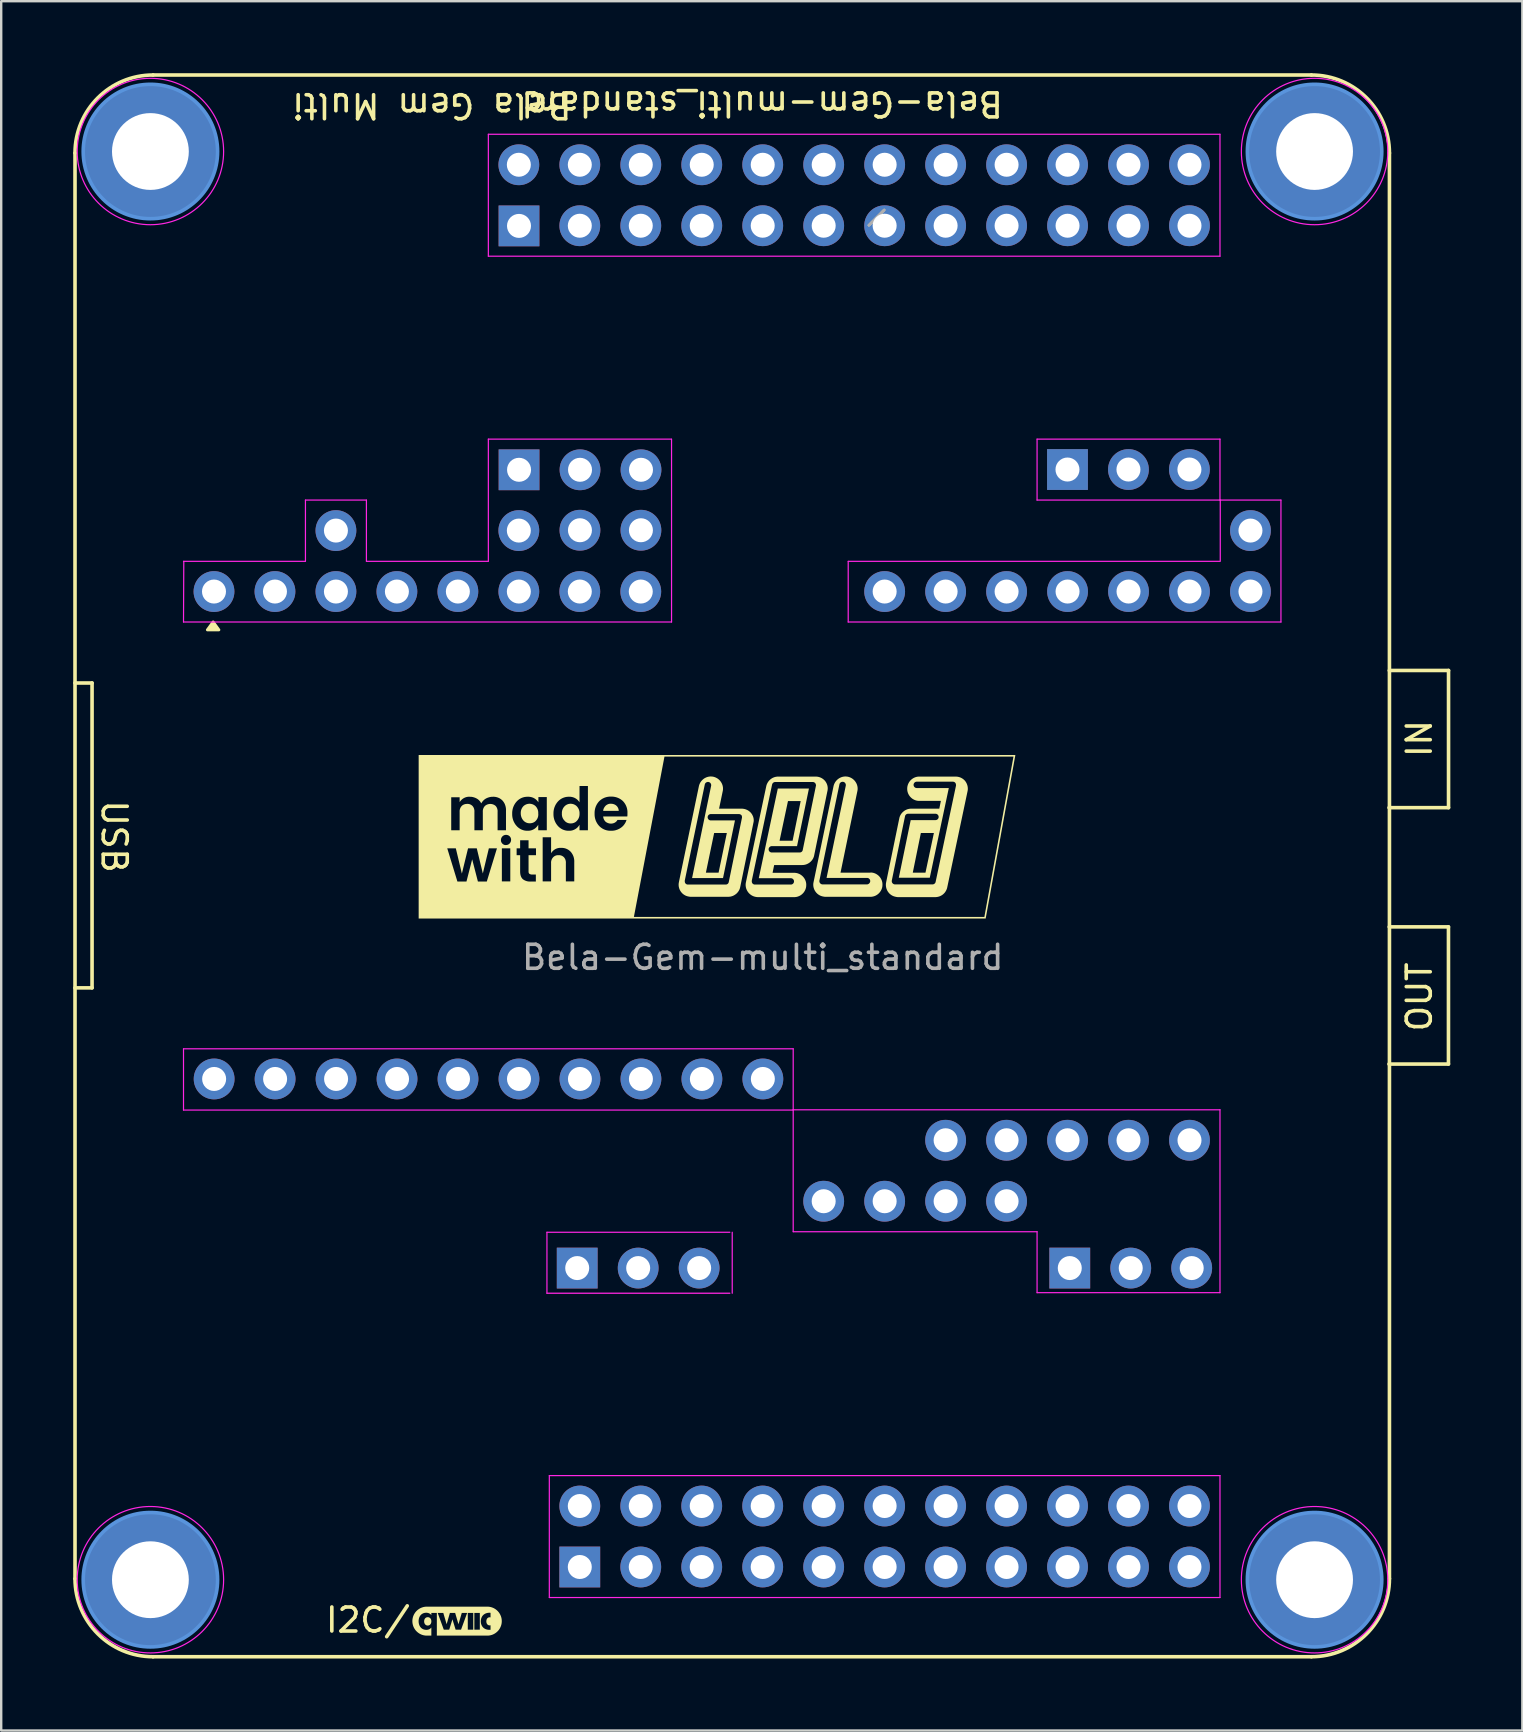
<source format=kicad_pcb>
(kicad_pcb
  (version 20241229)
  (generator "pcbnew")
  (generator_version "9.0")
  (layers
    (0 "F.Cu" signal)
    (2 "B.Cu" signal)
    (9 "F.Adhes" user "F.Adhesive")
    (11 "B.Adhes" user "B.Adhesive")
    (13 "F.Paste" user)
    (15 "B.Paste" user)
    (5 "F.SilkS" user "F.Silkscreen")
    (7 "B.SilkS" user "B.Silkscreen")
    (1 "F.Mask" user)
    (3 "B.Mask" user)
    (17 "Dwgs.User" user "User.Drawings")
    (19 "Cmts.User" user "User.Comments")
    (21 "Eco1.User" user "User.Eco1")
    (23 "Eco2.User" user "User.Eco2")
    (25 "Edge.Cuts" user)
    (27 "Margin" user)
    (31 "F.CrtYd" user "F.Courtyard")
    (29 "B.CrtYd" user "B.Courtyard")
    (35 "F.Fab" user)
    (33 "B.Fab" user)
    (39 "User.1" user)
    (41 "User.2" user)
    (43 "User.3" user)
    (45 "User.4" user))
  (footprint "Bela-Gem-multi_standard"
    (layer "F.Cu")
    (at 28.725 31.754)
    (property "Reference" "Bela-Gem-multi_standard" (at -0.025 -30.48 180) (unlocked yes) (layer "F.SilkS") (effects (font (size 1 1) (thickness 0.15))))
    (attr through_hole)
    (fp_line (start -28.65 30.966) (end -28.65 -28.429) (stroke (width 0.15) (type default)) (layer "F.SilkS"))
    (fp_line (start -27.94 -6.35) (end -28.65 -6.35) (stroke (width 0.15) (type default)) (layer "F.SilkS"))
    (fp_line (start -27.94 -6.35) (end -27.94 6.35) (stroke (width 0.15) (type default)) (layer "F.SilkS"))
    (fp_line (start -27.94 6.35) (end -28.65 6.35) (stroke (width 0.15) (type default)) (layer "F.SilkS"))
    (fp_line (start 22.86 -31.679) (end -25.4 -31.679) (stroke (width 0.15) (type default)) (layer "F.SilkS"))
    (fp_line (start 22.86 34.216) (end -25.4 34.216) (stroke (width 0.15) (type default)) (layer "F.SilkS"))
    (fp_line (start 26.101 3.81) (end 28.569 3.81) (stroke (width 0.15) (type default)) (layer "F.SilkS"))
    (fp_line (start 26.104 -6.871) (end 28.572 -6.871) (stroke (width 0.15) (type default)) (layer "F.SilkS"))
    (fp_line (start 26.11 30.966) (end 26.11 -28.429) (stroke (width 0.15) (type default)) (layer "F.SilkS"))
    (fp_line (start 28.569 3.81) (end 28.569 9.525) (stroke (width 0.15) (type default)) (layer "F.SilkS"))
    (fp_line (start 28.569 9.525) (end 26.09 9.525) (stroke (width 0.15) (type default)) (layer "F.SilkS"))
    (fp_line (start 28.572 -6.871) (end 28.572 -1.156) (stroke (width 0.15) (type default)) (layer "F.SilkS"))
    (fp_line (start 28.572 -1.156) (end 26.092 -1.156) (stroke (width 0.15) (type default)) (layer "F.SilkS"))
    (fp_arc (start -28.65 -28.429007) (mid -27.698097 -30.727104) (end -25.4 -31.679007) (stroke (width 0.15) (type default)) (layer "F.SilkS"))
    (fp_arc (start -25.4 34.216306) (mid -27.698097 33.264403) (end -28.65 30.966306) (stroke (width 0.15) (type default)) (layer "F.SilkS"))
    (fp_arc (start 22.86 -31.679007) (mid 25.158097 -30.727104) (end 26.11 -28.429007) (stroke (width 0.15) (type default)) (layer "F.SilkS"))
    (fp_arc (start 26.11 30.966306) (mid 25.158097 33.264403) (end 22.86 34.216306) (stroke (width 0.15) (type default)) (layer "F.SilkS"))
    (fp_poly (pts (xy -22.896 -8.893) (xy -22.656 -8.563) (xy -23.136 -8.563)) (stroke (width 0.12) (type solid)) (fill yes) (layer "F.SilkS"))
    (fp_poly (pts (xy -6.337 -1.32) (xy -6.334 -1.32) (xy -6.33 -1.32) (xy -6.326 -1.32) (xy -6.323 -1.319) (xy -6.307 -1.319) (xy -6.291 -1.318) (xy -6.275 -1.317) (xy -6.26 -1.314) (xy -6.244 -1.312) (xy -6.229 -1.308) (xy -6.215 -1.304) (xy -6.2 -1.299) (xy -6.186 -1.294) (xy -6.172 -1.288) (xy -6.159 -1.282) (xy -6.146 -1.275) (xy -6.133 -1.267) (xy -6.121 -1.259) (xy -6.109 -1.25) (xy -6.098 -1.24) (xy -6.087 -1.23) (xy -6.076 -1.219) (xy -6.066 -1.208) (xy -6.057 -1.196) (xy -6.048 -1.183) (xy -6.04 -1.17) (xy -6.033 -1.157) (xy -6.026 -1.143) (xy -6.02 -1.129) (xy -6.014 -1.115) (xy -6.01 -1.1) (xy -6.006 -1.085) (xy -6.003 -1.069) (xy -6 -1.054) (xy -5.999 -1.038) (xy -5.998 -1.022) (xy -6.647 -1.022) (xy -6.645 -1.038) (xy -6.643 -1.053) (xy -6.64 -1.069) (xy -6.636 -1.084) (xy -6.631 -1.098) (xy -6.626 -1.113) (xy -6.62 -1.127) (xy -6.614 -1.141) (xy -6.606 -1.154) (xy -6.599 -1.167) (xy -6.59 -1.18) (xy -6.582 -1.193) (xy -6.572 -1.205) (xy -6.562 -1.217) (xy -6.552 -1.229) (xy -6.541 -1.24) (xy -6.531 -1.248) (xy -6.521 -1.257) (xy -6.51 -1.264) (xy -6.499 -1.272) (xy -6.488 -1.279) (xy -6.477 -1.285) (xy -6.465 -1.291) (xy -6.453 -1.296) (xy -6.441 -1.301) (xy -6.429 -1.306) (xy -6.416 -1.31) (xy -6.404 -1.313) (xy -6.391 -1.316) (xy -6.378 -1.318) (xy -6.365 -1.319) (xy -6.352 -1.32) (xy -6.352 -1.32) (xy -6.349 -1.32) (xy -6.345 -1.32) (xy -6.341 -1.32)) (stroke (width 0) (type solid)) (fill yes) (layer "F.SilkS"))
    (fp_poly (pts (xy -13.946 32.569) (xy -13.938 32.57) (xy -13.93 32.571) (xy -13.922 32.572) (xy -13.915 32.574) (xy -13.908 32.576) (xy -13.9 32.579) (xy -13.894 32.582) (xy -13.887 32.585) (xy -13.88 32.589) (xy -13.874 32.592) (xy -13.868 32.597) (xy -13.862 32.601) (xy -13.857 32.606) (xy -13.851 32.611) (xy -13.846 32.617) (xy -13.842 32.623) (xy -13.837 32.629) (xy -13.833 32.635) (xy -13.829 32.642) (xy -13.825 32.649) (xy -13.822 32.656) (xy -13.819 32.664) (xy -13.816 32.672) (xy -13.813 32.68) (xy -13.811 32.688) (xy -13.809 32.697) (xy -13.808 32.706) (xy -13.807 32.715) (xy -13.806 32.724) (xy -13.805 32.733) (xy -13.805 32.743) (xy -13.805 32.752) (xy -13.806 32.762) (xy -13.807 32.771) (xy -13.808 32.78) (xy -13.809 32.789) (xy -13.811 32.797) (xy -13.813 32.805) (xy -13.816 32.813) (xy -13.819 32.821) (xy -13.822 32.829) (xy -13.825 32.836) (xy -13.829 32.843) (xy -13.833 32.85) (xy -13.837 32.856) (xy -13.842 32.862) (xy -13.846 32.868) (xy -13.851 32.874) (xy -13.857 32.879) (xy -13.862 32.884) (xy -13.868 32.889) (xy -13.874 32.893) (xy -13.88 32.897) (xy -13.887 32.901) (xy -13.894 32.904) (xy -13.9 32.907) (xy -13.908 32.909) (xy -13.915 32.912) (xy -13.922 32.913) (xy -13.93 32.915) (xy -13.938 32.916) (xy -13.946 32.916) (xy -13.954 32.917) (xy -13.963 32.916) (xy -13.971 32.916) (xy -13.979 32.915) (xy -13.987 32.913) (xy -13.994 32.912) (xy -14.002 32.909) (xy -14.009 32.907) (xy -14.016 32.904) (xy -14.023 32.901) (xy -14.029 32.897) (xy -14.035 32.893) (xy -14.042 32.889) (xy -14.047 32.884) (xy -14.053 32.879) (xy -14.058 32.874) (xy -14.063 32.868) (xy -14.068 32.862) (xy -14.073 32.856) (xy -14.077 32.85) (xy -14.081 32.843) (xy -14.085 32.836) (xy -14.088 32.829) (xy -14.091 32.821) (xy -14.094 32.813) (xy -14.096 32.805) (xy -14.099 32.797) (xy -14.101 32.789) (xy -14.102 32.78) (xy -14.103 32.771) (xy -14.104 32.762) (xy -14.105 32.752) (xy -14.105 32.743) (xy -14.105 32.733) (xy -14.104 32.724) (xy -14.103 32.715) (xy -14.102 32.706) (xy -14.101 32.697) (xy -14.099 32.689) (xy -14.096 32.68) (xy -14.094 32.672) (xy -14.091 32.665) (xy -14.088 32.657) (xy -14.085 32.65) (xy -14.081 32.643) (xy -14.077 32.636) (xy -14.073 32.63) (xy -14.068 32.623) (xy -14.063 32.617) (xy -14.058 32.612) (xy -14.053 32.607) (xy -14.047 32.602) (xy -14.042 32.597) (xy -14.035 32.593) (xy -14.029 32.589) (xy -14.023 32.585) (xy -14.016 32.582) (xy -14.009 32.579) (xy -14.002 32.576) (xy -13.994 32.574) (xy -13.987 32.572) (xy -13.979 32.571) (xy -13.971 32.57) (xy -13.963 32.569) (xy -13.954 32.569)) (stroke (width 0) (type solid)) (fill yes) (layer "F.SilkS"))
    (fp_poly (pts (xy -9.697 -1.319) (xy -9.679 -1.317) (xy -9.661 -1.315) (xy -9.643 -1.312) (xy -9.625 -1.308) (xy -9.608 -1.303) (xy -9.591 -1.298) (xy -9.574 -1.291) (xy -9.558 -1.284) (xy -9.542 -1.276) (xy -9.527 -1.267) (xy -9.512 -1.258) (xy -9.498 -1.248) (xy -9.484 -1.237) (xy -9.47 -1.226) (xy -9.458 -1.213) (xy -9.444 -1.198) (xy -9.432 -1.183) (xy -9.42 -1.166) (xy -9.41 -1.149) (xy -9.4 -1.132) (xy -9.391 -1.114) (xy -9.382 -1.096) (xy -9.375 -1.077) (xy -9.369 -1.058) (xy -9.363 -1.038) (xy -9.359 -1.019) (xy -9.355 -0.999) (xy -9.353 -0.978) (xy -9.352 -0.958) (xy -9.351 -0.937) (xy -9.352 -0.916) (xy -9.35 -0.894) (xy -9.349 -0.872) (xy -9.35 -0.85) (xy -9.352 -0.829) (xy -9.354 -0.808) (xy -9.358 -0.788) (xy -9.363 -0.768) (xy -9.369 -0.749) (xy -9.376 -0.73) (xy -9.384 -0.711) (xy -9.393 -0.693) (xy -9.403 -0.676) (xy -9.414 -0.659) (xy -9.425 -0.643) (xy -9.438 -0.627) (xy -9.451 -0.612) (xy -9.464 -0.598) (xy -9.477 -0.586) (xy -9.491 -0.575) (xy -9.505 -0.564) (xy -9.52 -0.555) (xy -9.536 -0.546) (xy -9.551 -0.538) (xy -9.568 -0.531) (xy -9.584 -0.525) (xy -9.601 -0.52) (xy -9.619 -0.516) (xy -9.636 -0.512) (xy -9.654 -0.509) (xy -9.672 -0.507) (xy -9.691 -0.506) (xy -9.709 -0.506) (xy -9.728 -0.506) (xy -9.746 -0.508) (xy -9.764 -0.51) (xy -9.782 -0.513) (xy -9.8 -0.517) (xy -9.817 -0.522) (xy -9.834 -0.528) (xy -9.851 -0.535) (xy -9.867 -0.542) (xy -9.883 -0.551) (xy -9.898 -0.56) (xy -9.913 -0.57) (xy -9.927 -0.581) (xy -9.941 -0.592) (xy -9.954 -0.605) (xy -9.967 -0.618) (xy -9.98 -0.633) (xy -9.993 -0.649) (xy -10.004 -0.665) (xy -10.015 -0.682) (xy -10.025 -0.7) (xy -10.035 -0.718) (xy -10.043 -0.736) (xy -10.051 -0.755) (xy -10.057 -0.774) (xy -10.063 -0.793) (xy -10.068 -0.813) (xy -10.072 -0.833) (xy -10.075 -0.853) (xy -10.078 -0.874) (xy -10.079 -0.895) (xy -10.08 -0.916) (xy -10.08 -0.937) (xy -10.08 -0.958) (xy -10.078 -0.978) (xy -10.076 -0.999) (xy -10.073 -1.019) (xy -10.068 -1.038) (xy -10.063 -1.058) (xy -10.056 -1.077) (xy -10.049 -1.096) (xy -10.041 -1.114) (xy -10.032 -1.132) (xy -10.022 -1.149) (xy -10.011 -1.166) (xy -9.999 -1.183) (xy -9.987 -1.198) (xy -9.974 -1.213) (xy -9.961 -1.226) (xy -9.948 -1.237) (xy -9.934 -1.248) (xy -9.919 -1.258) (xy -9.905 -1.267) (xy -9.889 -1.276) (xy -9.873 -1.284) (xy -9.857 -1.291) (xy -9.84 -1.298) (xy -9.823 -1.303) (xy -9.806 -1.308) (xy -9.789 -1.312) (xy -9.771 -1.315) (xy -9.753 -1.317) (xy -9.734 -1.319) (xy -9.716 -1.319)) (stroke (width 0) (type solid)) (fill yes) (layer "F.SilkS"))
    (fp_poly (pts (xy -7.984 -1.319) (xy -7.966 -1.317) (xy -7.948 -1.315) (xy -7.93 -1.312) (xy -7.912 -1.308) (xy -7.895 -1.303) (xy -7.878 -1.298) (xy -7.861 -1.291) (xy -7.845 -1.284) (xy -7.829 -1.276) (xy -7.814 -1.267) (xy -7.799 -1.258) (xy -7.784 -1.248) (xy -7.771 -1.237) (xy -7.757 -1.226) (xy -7.745 -1.213) (xy -7.731 -1.198) (xy -7.719 -1.183) (xy -7.707 -1.166) (xy -7.695 -1.149) (xy -7.685 -1.132) (xy -7.675 -1.114) (xy -7.667 -1.096) (xy -7.659 -1.077) (xy -7.652 -1.058) (xy -7.646 -1.038) (xy -7.641 -1.019) (xy -7.637 -0.999) (xy -7.634 -0.978) (xy -7.632 -0.958) (xy -7.631 -0.937) (xy -7.632 -0.916) (xy -7.631 -0.894) (xy -7.632 -0.872) (xy -7.633 -0.85) (xy -7.636 -0.829) (xy -7.639 -0.808) (xy -7.644 -0.788) (xy -7.649 -0.768) (xy -7.656 -0.748) (xy -7.664 -0.729) (xy -7.672 -0.71) (xy -7.682 -0.691) (xy -7.693 -0.673) (xy -7.704 -0.655) (xy -7.717 -0.638) (xy -7.73 -0.621) (xy -7.745 -0.605) (xy -7.757 -0.592) (xy -7.771 -0.58) (xy -7.784 -0.568) (xy -7.799 -0.558) (xy -7.814 -0.548) (xy -7.829 -0.54) (xy -7.845 -0.532) (xy -7.861 -0.525) (xy -7.878 -0.519) (xy -7.895 -0.513) (xy -7.912 -0.509) (xy -7.93 -0.505) (xy -7.948 -0.503) (xy -7.966 -0.501) (xy -7.984 -0.499) (xy -8.002 -0.499) (xy -8.021 -0.5) (xy -8.039 -0.501) (xy -8.057 -0.503) (xy -8.075 -0.506) (xy -8.093 -0.511) (xy -8.11 -0.515) (xy -8.127 -0.521) (xy -8.143 -0.528) (xy -8.159 -0.536) (xy -8.174 -0.544) (xy -8.189 -0.553) (xy -8.203 -0.563) (xy -8.217 -0.574) (xy -8.23 -0.586) (xy -8.242 -0.598) (xy -8.254 -0.612) (xy -8.268 -0.627) (xy -8.282 -0.643) (xy -8.294 -0.659) (xy -8.306 -0.676) (xy -8.316 -0.693) (xy -8.326 -0.711) (xy -8.335 -0.729) (xy -8.342 -0.748) (xy -8.349 -0.767) (xy -8.355 -0.787) (xy -8.359 -0.806) (xy -8.363 -0.826) (xy -8.365 -0.847) (xy -8.367 -0.867) (xy -8.367 -0.888) (xy -8.366 -0.909) (xy -8.367 -0.93) (xy -8.367 -0.951) (xy -8.365 -0.972) (xy -8.363 -0.992) (xy -8.359 -1.012) (xy -8.355 -1.032) (xy -8.35 -1.051) (xy -8.343 -1.07) (xy -8.336 -1.089) (xy -8.328 -1.107) (xy -8.319 -1.125) (xy -8.309 -1.143) (xy -8.298 -1.16) (xy -8.286 -1.176) (xy -8.274 -1.192) (xy -8.26 -1.207) (xy -8.248 -1.22) (xy -8.234 -1.233) (xy -8.221 -1.244) (xy -8.206 -1.255) (xy -8.191 -1.265) (xy -8.176 -1.274) (xy -8.16 -1.283) (xy -8.144 -1.29) (xy -8.127 -1.297) (xy -8.11 -1.303) (xy -8.093 -1.308) (xy -8.075 -1.312) (xy -8.057 -1.315) (xy -8.039 -1.317) (xy -8.021 -1.319) (xy -8.002 -1.319)) (stroke (width 0) (type solid)) (fill yes) (layer "F.SilkS"))
    (fp_poly (pts (xy 3.477 -2.454) (xy 3.502 -2.452) (xy 3.528 -2.449) (xy 3.553 -2.444) (xy 3.578 -2.438) (xy 3.603 -2.43) (xy 3.627 -2.422) (xy 3.65 -2.412) (xy 3.673 -2.401) (xy 3.695 -2.389) (xy 3.716 -2.377) (xy 3.737 -2.363) (xy 3.757 -2.348) (xy 3.776 -2.332) (xy 3.794 -2.316) (xy 3.811 -2.299) (xy 3.828 -2.281) (xy 3.844 -2.262) (xy 3.858 -2.242) (xy 3.872 -2.222) (xy 3.885 -2.201) (xy 3.897 -2.18) (xy 3.908 -2.158) (xy 3.918 -2.136) (xy 3.926 -2.113) (xy 3.934 -2.09) (xy 3.94 -2.066) (xy 3.946 -2.042) (xy 3.95 -2.018) (xy 3.953 -1.993) (xy 3.954 -1.968) (xy 3.955 -1.943) (xy 3.954 -1.918) (xy 3.952 -1.893) (xy 3.948 -1.867) (xy 3.943 -1.842) (xy 3.242 1.551) (xy 4.466 1.551) (xy 4.469 1.551) (xy 4.472 1.551) (xy 4.476 1.551) (xy 4.478 1.551) (xy 4.48 1.551) (xy 4.482 1.55) (xy 4.484 1.55) (xy 4.487 1.549) (xy 4.489 1.549) (xy 4.492 1.548) (xy 4.494 1.547) (xy 4.497 1.546) (xy 4.499 1.545) (xy 4.525 1.546) (xy 4.55 1.549) (xy 4.576 1.553) (xy 4.6 1.558) (xy 4.625 1.564) (xy 4.648 1.572) (xy 4.672 1.58) (xy 4.695 1.59) (xy 4.717 1.601) (xy 4.738 1.613) (xy 4.759 1.626) (xy 4.779 1.64) (xy 4.799 1.655) (xy 4.818 1.67) (xy 4.836 1.687) (xy 4.853 1.704) (xy 4.869 1.723) (xy 4.885 1.742) (xy 4.899 1.761) (xy 4.913 1.782) (xy 4.925 1.803) (xy 4.937 1.824) (xy 4.947 1.847) (xy 4.957 1.869) (xy 4.965 1.893) (xy 4.972 1.917) (xy 4.978 1.941) (xy 4.983 1.965) (xy 4.986 1.99) (xy 4.988 2.016) (xy 4.989 2.041) (xy 4.988 2.067) (xy 4.987 2.093) (xy 4.985 2.119) (xy 4.981 2.144) (xy 4.976 2.169) (xy 4.969 2.193) (xy 4.962 2.217) (xy 4.953 2.24) (xy 4.943 2.263) (xy 4.932 2.285) (xy 4.92 2.307) (xy 4.907 2.328) (xy 4.893 2.348) (xy 4.879 2.367) (xy 4.863 2.386) (xy 4.846 2.404) (xy 4.829 2.421) (xy 4.811 2.438) (xy 4.792 2.453) (xy 4.772 2.467) (xy 4.752 2.481) (xy 4.731 2.494) (xy 4.709 2.505) (xy 4.687 2.516) (xy 4.664 2.525) (xy 4.641 2.533) (xy 4.617 2.54) (xy 4.593 2.546) (xy 4.568 2.551) (xy 4.543 2.554) (xy 4.518 2.557) (xy 4.492 2.557) (xy 4.466 2.557) (xy 2.614 2.557) (xy 2.606 2.557) (xy 2.599 2.557) (xy 2.592 2.556) (xy 2.585 2.556) (xy 2.572 2.554) (xy 2.558 2.553) (xy 2.546 2.551) (xy 2.533 2.548) (xy 2.508 2.544) (xy 2.483 2.538) (xy 2.458 2.531) (xy 2.434 2.523) (xy 2.411 2.514) (xy 2.388 2.504) (xy 2.366 2.492) (xy 2.345 2.48) (xy 2.324 2.466) (xy 2.304 2.452) (xy 2.285 2.437) (xy 2.267 2.421) (xy 2.25 2.403) (xy 2.233 2.386) (xy 2.217 2.367) (xy 2.203 2.348) (xy 2.189 2.328) (xy 2.176 2.307) (xy 2.164 2.286) (xy 2.153 2.264) (xy 2.144 2.242) (xy 2.135 2.219) (xy 2.127 2.196) (xy 2.121 2.172) (xy 2.115 2.148) (xy 2.111 2.124) (xy 2.108 2.099) (xy 2.107 2.075) (xy 2.106 2.05) (xy 2.107 2.024) (xy 2.109 1.999) (xy 2.113 1.974) (xy 2.118 1.948) (xy 2.127 1.905) (xy 2.36 1.905) (xy 2.36 1.913) (xy 2.361 1.92) (xy 2.362 1.927) (xy 2.363 1.934) (xy 2.365 1.941) (xy 2.367 1.948) (xy 2.37 1.955) (xy 2.373 1.962) (xy 2.376 1.969) (xy 2.38 1.975) (xy 2.384 1.982) (xy 2.389 1.988) (xy 2.394 1.994) (xy 2.399 2) (xy 2.405 2.005) (xy 2.411 2.01) (xy 2.417 2.015) (xy 2.424 2.019) (xy 2.43 2.023) (xy 2.437 2.027) (xy 2.444 2.03) (xy 2.451 2.033) (xy 2.458 2.035) (xy 2.465 2.037) (xy 2.473 2.039) (xy 2.48 2.04) (xy 2.487 2.041) (xy 2.495 2.041) (xy 4.34 2.041) (xy 4.347 2.041) (xy 4.354 2.04) (xy 4.361 2.039) (xy 4.367 2.038) (xy 4.374 2.036) (xy 4.38 2.034) (xy 4.386 2.032) (xy 4.393 2.029) (xy 4.399 2.027) (xy 4.405 2.023) (xy 4.411 2.02) (xy 4.416 2.016) (xy 4.422 2.012) (xy 4.427 2.008) (xy 4.432 2.003) (xy 4.437 1.999) (xy 4.442 1.994) (xy 4.446 1.989) (xy 4.45 1.983) (xy 4.454 1.978) (xy 4.458 1.972) (xy 4.462 1.966) (xy 4.465 1.96) (xy 4.468 1.954) (xy 4.47 1.948) (xy 4.473 1.942) (xy 4.475 1.935) (xy 4.476 1.929) (xy 4.477 1.922) (xy 4.478 1.916) (xy 4.479 1.909) (xy 4.479 1.902) (xy 4.479 1.895) (xy 4.478 1.889) (xy 4.478 1.882) (xy 4.476 1.875) (xy 4.475 1.869) (xy 4.473 1.863) (xy 4.471 1.857) (xy 4.469 1.851) (xy 4.466 1.845) (xy 4.463 1.839) (xy 4.46 1.834) (xy 4.456 1.828) (xy 4.453 1.823) (xy 4.449 1.818) (xy 4.445 1.813) (xy 4.44 1.809) (xy 4.436 1.804) (xy 4.431 1.8) (xy 4.426 1.796) (xy 4.421 1.792) (xy 4.415 1.789) (xy 4.41 1.786) (xy 4.404 1.783) (xy 4.398 1.78) (xy 4.392 1.778) (xy 4.386 1.776) (xy 4.38 1.774) (xy 4.373 1.772) (xy 4.367 1.771) (xy 4.36 1.77) (xy 4.354 1.77) (xy 4.347 1.77) (xy 2.66 1.77) (xy 3.461 -2.073) (xy 3.462 -2.08) (xy 3.462 -2.087) (xy 3.463 -2.094) (xy 3.463 -2.101) (xy 3.462 -2.107) (xy 3.462 -2.114) (xy 3.461 -2.121) (xy 3.46 -2.127) (xy 3.458 -2.133) (xy 3.456 -2.14) (xy 3.454 -2.146) (xy 3.452 -2.152) (xy 3.449 -2.158) (xy 3.446 -2.164) (xy 3.443 -2.17) (xy 3.44 -2.175) (xy 3.436 -2.18) (xy 3.432 -2.186) (xy 3.428 -2.191) (xy 3.424 -2.195) (xy 3.419 -2.2) (xy 3.414 -2.204) (xy 3.409 -2.208) (xy 3.404 -2.212) (xy 3.398 -2.216) (xy 3.393 -2.219) (xy 3.387 -2.222) (xy 3.381 -2.225) (xy 3.374 -2.227) (xy 3.368 -2.229) (xy 3.361 -2.231) (xy 3.355 -2.232) (xy 3.348 -2.233) (xy 3.341 -2.234) (xy 3.334 -2.234) (xy 3.328 -2.234) (xy 3.321 -2.234) (xy 3.314 -2.234) (xy 3.308 -2.233) (xy 3.301 -2.231) (xy 3.295 -2.23) (xy 3.288 -2.228) (xy 3.282 -2.226) (xy 3.276 -2.224) (xy 3.27 -2.221) (xy 3.264 -2.218) (xy 3.259 -2.215) (xy 3.253 -2.211) (xy 3.248 -2.208) (xy 3.243 -2.204) (xy 3.238 -2.2) (xy 3.233 -2.195) (xy 3.228 -2.191) (xy 3.224 -2.186) (xy 3.22 -2.181) (xy 3.216 -2.175) (xy 3.213 -2.17) (xy 3.209 -2.164) (xy 3.206 -2.158) (xy 3.204 -2.152) (xy 3.201 -2.146) (xy 3.199 -2.14) (xy 3.197 -2.133) (xy 3.196 -2.126) (xy 2.363 1.876) (xy 2.361 1.883) (xy 2.361 1.89) (xy 2.36 1.898) (xy 2.36 1.905) (xy 2.127 1.905) (xy 2.951 -2.054) (xy 2.957 -2.079) (xy 2.965 -2.103) (xy 2.973 -2.127) (xy 2.983 -2.151) (xy 2.994 -2.173) (xy 3.006 -2.195) (xy 3.018 -2.217) (xy 3.032 -2.237) (xy 3.047 -2.257) (xy 3.063 -2.276) (xy 3.079 -2.294) (xy 3.096 -2.312) (xy 3.114 -2.328) (xy 3.133 -2.344) (xy 3.153 -2.359) (xy 3.173 -2.373) (xy 3.194 -2.386) (xy 3.215 -2.397) (xy 3.237 -2.408) (xy 3.259 -2.418) (xy 3.282 -2.427) (xy 3.305 -2.434) (xy 3.329 -2.441) (xy 3.353 -2.446) (xy 3.377 -2.45) (xy 3.402 -2.453) (xy 3.427 -2.455) (xy 3.452 -2.455)) (stroke (width 0) (type solid)) (fill yes) (layer "F.SilkS"))
    (fp_poly (pts (xy -2.132 -2.454) (xy -2.107 -2.452) (xy -2.081 -2.449) (xy -2.056 -2.444) (xy -2.031 -2.438) (xy -2.006 -2.43) (xy -1.982 -2.422) (xy -1.959 -2.412) (xy -1.936 -2.401) (xy -1.914 -2.389) (xy -1.893 -2.377) (xy -1.872 -2.363) (xy -1.852 -2.348) (xy -1.833 -2.332) (xy -1.815 -2.316) (xy -1.798 -2.299) (xy -1.781 -2.281) (xy -1.765 -2.262) (xy -1.751 -2.242) (xy -1.737 -2.222) (xy -1.724 -2.201) (xy -1.712 -2.18) (xy -1.701 -2.158) (xy -1.692 -2.136) (xy -1.683 -2.113) (xy -1.675 -2.09) (xy -1.669 -2.066) (xy -1.664 -2.042) (xy -1.659 -2.018) (xy -1.656 -1.993) (xy -1.655 -1.968) (xy -1.654 -1.943) (xy -1.655 -1.918) (xy -1.657 -1.893) (xy -1.661 -1.867) (xy -1.666 -1.842) (xy -1.818 -1.114) (xy -0.879 -1.114) (xy -0.85 -1.114) (xy -0.822 -1.111) (xy -0.794 -1.107) (xy -0.766 -1.102) (xy -0.739 -1.095) (xy -0.712 -1.087) (xy -0.686 -1.077) (xy -0.66 -1.066) (xy -0.635 -1.054) (xy -0.611 -1.04) (xy -0.587 -1.025) (xy -0.564 -1.008) (xy -0.542 -0.99) (xy -0.521 -0.971) (xy -0.501 -0.951) (xy -0.482 -0.929) (xy -0.482 -0.929) (xy -0.465 -0.906) (xy -0.45 -0.883) (xy -0.435 -0.859) (xy -0.423 -0.834) (xy -0.411 -0.809) (xy -0.401 -0.784) (xy -0.393 -0.758) (xy -0.386 -0.731) (xy -0.38 -0.705) (xy -0.377 -0.678) (xy -0.374 -0.652) (xy -0.374 -0.625) (xy -0.375 -0.598) (xy -0.378 -0.572) (xy -0.383 -0.545) (xy -0.389 -0.519) (xy -0.938 2.153) (xy -0.943 2.175) (xy -0.949 2.196) (xy -0.955 2.217) (xy -0.963 2.237) (xy -0.971 2.257) (xy -0.981 2.277) (xy -0.991 2.296) (xy -1.002 2.314) (xy -1.013 2.332) (xy -1.026 2.349) (xy -1.053 2.383) (xy -1.082 2.414) (xy -1.114 2.442) (xy -1.149 2.467) (xy -1.185 2.49) (xy -1.223 2.51) (xy -1.243 2.519) (xy -1.263 2.526) (xy -1.283 2.533) (xy -1.304 2.539) (xy -1.325 2.545) (xy -1.346 2.549) (xy -1.368 2.552) (xy -1.39 2.555) (xy -1.412 2.556) (xy -1.434 2.557) (xy -2.995 2.557) (xy -3.003 2.557) (xy -3.01 2.557) (xy -3.017 2.556) (xy -3.024 2.556) (xy -3.038 2.554) (xy -3.051 2.553) (xy -3.064 2.551) (xy -3.076 2.548) (xy -3.101 2.544) (xy -3.126 2.538) (xy -3.151 2.531) (xy -3.175 2.523) (xy -3.198 2.514) (xy -3.221 2.504) (xy -3.243 2.492) (xy -3.264 2.48) (xy -3.285 2.466) (xy -3.305 2.452) (xy -3.324 2.437) (xy -3.342 2.421) (xy -3.36 2.403) (xy -3.376 2.386) (xy -3.392 2.367) (xy -3.406 2.348) (xy -3.42 2.328) (xy -3.433 2.307) (xy -3.445 2.286) (xy -3.456 2.264) (xy -3.466 2.242) (xy -3.474 2.219) (xy -3.482 2.196) (xy -3.488 2.172) (xy -3.494 2.148) (xy -3.498 2.124) (xy -3.501 2.099) (xy -3.502 2.075) (xy -3.503 2.05) (xy -3.502 2.024) (xy -3.5 1.999) (xy -3.496 1.974) (xy -3.491 1.948) (xy -3.478 1.882) (xy -3.247 1.882) (xy -3.247 1.915) (xy -3.246 1.923) (xy -3.246 1.93) (xy -3.245 1.937) (xy -3.244 1.944) (xy -3.242 1.95) (xy -3.241 1.957) (xy -3.239 1.963) (xy -3.236 1.969) (xy -3.234 1.975) (xy -3.231 1.981) (xy -3.227 1.987) (xy -3.224 1.992) (xy -3.22 1.997) (xy -3.216 2.002) (xy -3.212 2.007) (xy -3.208 2.011) (xy -3.203 2.015) (xy -3.198 2.019) (xy -3.193 2.023) (xy -3.188 2.027) (xy -3.183 2.03) (xy -3.177 2.033) (xy -3.172 2.036) (xy -3.166 2.038) (xy -3.16 2.04) (xy -3.154 2.042) (xy -3.147 2.044) (xy -3.141 2.045) (xy -3.134 2.046) (xy -3.128 2.047) (xy -3.121 2.047) (xy -3.114 2.047) (xy -1.547 2.047) (xy -1.541 2.047) (xy -1.534 2.047) (xy -1.528 2.046) (xy -1.523 2.046) (xy -1.517 2.045) (xy -1.511 2.043) (xy -1.505 2.042) (xy -1.5 2.04) (xy -1.495 2.038) (xy -1.489 2.036) (xy -1.484 2.034) (xy -1.479 2.031) (xy -1.474 2.029) (xy -1.47 2.026) (xy -1.465 2.023) (xy -1.461 2.019) (xy -1.456 2.016) (xy -1.452 2.012) (xy -1.448 2.008) (xy -1.445 2.004) (xy -1.441 2) (xy -1.438 1.996) (xy -1.434 1.991) (xy -1.431 1.986) (xy -1.429 1.981) (xy -1.426 1.976) (xy -1.423 1.971) (xy -1.421 1.965) (xy -1.419 1.96) (xy -1.417 1.954) (xy -1.416 1.948) (xy -1.414 1.942) (xy -0.865 -0.731) (xy -0.865 -0.731) (xy -0.864 -0.738) (xy -0.864 -0.745) (xy -0.863 -0.753) (xy -0.863 -0.76) (xy -0.863 -0.768) (xy -0.864 -0.775) (xy -0.864 -0.782) (xy -0.865 -0.789) (xy -0.867 -0.796) (xy -0.869 -0.803) (xy -0.871 -0.81) (xy -0.873 -0.817) (xy -0.875 -0.824) (xy -0.878 -0.83) (xy -0.882 -0.837) (xy -0.885 -0.843) (xy -0.89 -0.848) (xy -0.896 -0.853) (xy -0.901 -0.857) (xy -0.907 -0.861) (xy -0.914 -0.866) (xy -0.92 -0.869) (xy -0.926 -0.873) (xy -0.933 -0.876) (xy -0.94 -0.879) (xy -0.947 -0.882) (xy -0.954 -0.884) (xy -0.962 -0.886) (xy -0.969 -0.887) (xy -0.976 -0.888) (xy -0.984 -0.889) (xy -0.991 -0.889) (xy -2.162 -0.889) (xy -2.169 -0.889) (xy -2.175 -0.889) (xy -2.182 -0.888) (xy -2.188 -0.887) (xy -2.195 -0.885) (xy -2.201 -0.883) (xy -2.207 -0.881) (xy -2.213 -0.879) (xy -2.219 -0.876) (xy -2.225 -0.873) (xy -2.23 -0.87) (xy -2.236 -0.867) (xy -2.241 -0.863) (xy -2.246 -0.859) (xy -2.251 -0.855) (xy -2.255 -0.851) (xy -2.26 -0.846) (xy -2.264 -0.841) (xy -2.268 -0.836) (xy -2.271 -0.831) (xy -2.275 -0.826) (xy -2.278 -0.82) (xy -2.281 -0.814) (xy -2.284 -0.808) (xy -2.286 -0.802) (xy -2.288 -0.796) (xy -2.29 -0.79) (xy -2.291 -0.784) (xy -2.293 -0.777) (xy -2.293 -0.771) (xy -2.294 -0.764) (xy -2.294 -0.757) (xy -2.294 -0.75) (xy -2.293 -0.744) (xy -2.293 -0.737) (xy -2.291 -0.731) (xy -2.29 -0.724) (xy -2.288 -0.718) (xy -2.286 -0.712) (xy -2.284 -0.706) (xy -2.281 -0.7) (xy -2.278 -0.694) (xy -2.275 -0.689) (xy -2.271 -0.683) (xy -2.268 -0.678) (xy -2.264 -0.673) (xy -2.26 -0.668) (xy -2.255 -0.664) (xy -2.251 -0.659) (xy -2.246 -0.655) (xy -2.241 -0.651) (xy -2.236 -0.647) (xy -2.23 -0.644) (xy -2.225 -0.641) (xy -2.219 -0.638) (xy -2.213 -0.635) (xy -2.207 -0.633) (xy -2.201 -0.631) (xy -2.195 -0.629) (xy -2.188 -0.627) (xy -2.182 -0.626) (xy -2.175 -0.625) (xy -2.169 -0.625) (xy -2.162 -0.625) (xy -1.156 -0.625) (xy -1.653 1.776) (xy -2.942 1.776) (xy -2.896 1.551) (xy -2.367 1.551) (xy -1.838 1.551) (xy -1.494 -0.102) (xy -2.023 -0.102) (xy -2.367 1.551) (xy -2.896 1.551) (xy -2.149 -2.067) (xy -2.148 -2.074) (xy -2.147 -2.08) (xy -2.146 -2.087) (xy -2.146 -2.094) (xy -2.147 -2.101) (xy -2.147 -2.107) (xy -2.148 -2.114) (xy -2.149 -2.12) (xy -2.151 -2.127) (xy -2.153 -2.133) (xy -2.155 -2.139) (xy -2.157 -2.145) (xy -2.16 -2.151) (xy -2.163 -2.157) (xy -2.166 -2.163) (xy -2.169 -2.168) (xy -2.173 -2.174) (xy -2.177 -2.179) (xy -2.181 -2.184) (xy -2.186 -2.189) (xy -2.19 -2.193) (xy -2.195 -2.197) (xy -2.2 -2.202) (xy -2.205 -2.205) (xy -2.211 -2.209) (xy -2.217 -2.212) (xy -2.222 -2.215) (xy -2.228 -2.218) (xy -2.235 -2.22) (xy -2.241 -2.222) (xy -2.248 -2.224) (xy -2.254 -2.226) (xy -2.261 -2.227) (xy -2.268 -2.227) (xy -2.275 -2.228) (xy -2.282 -2.228) (xy -2.288 -2.227) (xy -2.295 -2.227) (xy -2.302 -2.226) (xy -2.308 -2.225) (xy -2.315 -2.223) (xy -2.321 -2.221) (xy -2.327 -2.219) (xy -2.333 -2.217) (xy -2.339 -2.214) (xy -2.345 -2.211) (xy -2.351 -2.208) (xy -2.356 -2.205) (xy -2.362 -2.201) (xy -2.367 -2.197) (xy -2.372 -2.193) (xy -2.376 -2.189) (xy -2.381 -2.184) (xy -2.385 -2.179) (xy -2.389 -2.174) (xy -2.393 -2.169) (xy -2.397 -2.163) (xy -2.4 -2.158) (xy -2.403 -2.152) (xy -2.406 -2.146) (xy -2.408 -2.139) (xy -2.41 -2.133) (xy -2.412 -2.126) (xy -2.413 -2.12) (xy -3.247 1.882) (xy -3.478 1.882) (xy -2.658 -2.054) (xy -2.652 -2.079) (xy -2.644 -2.103) (xy -2.636 -2.127) (xy -2.626 -2.151) (xy -2.615 -2.173) (xy -2.604 -2.195) (xy -2.591 -2.217) (xy -2.577 -2.237) (xy -2.562 -2.257) (xy -2.547 -2.276) (xy -2.53 -2.294) (xy -2.513 -2.312) (xy -2.495 -2.328) (xy -2.476 -2.344) (xy -2.457 -2.359) (xy -2.436 -2.373) (xy -2.416 -2.386) (xy -2.394 -2.397) (xy -2.372 -2.408) (xy -2.35 -2.418) (xy -2.327 -2.427) (xy -2.304 -2.434) (xy -2.28 -2.441) (xy -2.256 -2.446) (xy -2.232 -2.45) (xy -2.207 -2.453) (xy -2.182 -2.455) (xy -2.157 -2.455)) (stroke (width 0) (type solid)) (fill yes) (layer "F.SilkS"))
    (fp_poly (pts (xy -11.444 32.131) (xy -11.413 32.133) (xy -11.383 32.137) (xy -11.353 32.142) (xy -11.324 32.149) (xy -11.295 32.157) (xy -11.267 32.167) (xy -11.24 32.177) (xy -11.213 32.189) (xy -11.187 32.203) (xy -11.162 32.217) (xy -11.137 32.233) (xy -11.114 32.25) (xy -11.091 32.268) (xy -11.069 32.287) (xy -11.048 32.307) (xy -11.028 32.328) (xy -11.009 32.35) (xy -10.991 32.372) (xy -10.974 32.396) (xy -10.959 32.421) (xy -10.944 32.446) (xy -10.931 32.472) (xy -10.919 32.499) (xy -10.908 32.526) (xy -10.898 32.554) (xy -10.89 32.583) (xy -10.883 32.612) (xy -10.878 32.642) (xy -10.874 32.672) (xy -10.872 32.703) (xy -10.871 32.734) (xy -10.871 32.734) (xy -10.872 32.765) (xy -10.874 32.795) (xy -10.878 32.826) (xy -10.883 32.855) (xy -10.89 32.884) (xy -10.898 32.913) (xy -10.908 32.941) (xy -10.919 32.969) (xy -10.931 32.995) (xy -10.944 33.021) (xy -10.959 33.047) (xy -10.974 33.071) (xy -10.991 33.095) (xy -11.009 33.118) (xy -11.028 33.14) (xy -11.048 33.16) (xy -11.069 33.18) (xy -11.091 33.199) (xy -11.114 33.217) (xy -11.137 33.234) (xy -11.162 33.25) (xy -11.187 33.264) (xy -11.213 33.278) (xy -11.24 33.29) (xy -11.267 33.301) (xy -11.295 33.31) (xy -11.324 33.318) (xy -11.353 33.325) (xy -11.383 33.33) (xy -11.413 33.334) (xy -11.444 33.337) (xy -11.475 33.337) (xy -13.576 33.337) (xy -13.576 32.392) (xy -13.54 32.392) (xy -13.287 33.088) (xy -13.06 33.088) (xy -12.926 32.658) (xy -12.794 33.088) (xy -12.567 33.088) (xy -12.287 33.088) (xy -12.059 33.088) (xy -12.013 33.088) (xy -11.785 33.088) (xy -11.785 32.743) (xy -11.744 32.743) (xy -11.744 32.763) (xy -11.742 32.782) (xy -11.74 32.801) (xy -11.738 32.819) (xy -11.734 32.837) (xy -11.729 32.854) (xy -11.724 32.871) (xy -11.718 32.888) (xy -11.712 32.903) (xy -11.704 32.919) (xy -11.696 32.934) (xy -11.688 32.948) (xy -11.678 32.961) (xy -11.668 32.974) (xy -11.657 32.987) (xy -11.646 32.999) (xy -11.634 33.01) (xy -11.621 33.021) (xy -11.608 33.031) (xy -11.594 33.04) (xy -11.58 33.048) (xy -11.565 33.056) (xy -11.549 33.064) (xy -11.533 33.07) (xy -11.516 33.076) (xy -11.499 33.081) (xy -11.482 33.085) (xy -11.463 33.089) (xy -11.445 33.092) (xy -11.426 33.094) (xy -11.406 33.095) (xy -11.386 33.095) (xy -11.38 33.095) (xy -11.374 33.095) (xy -11.368 33.095) (xy -11.363 33.095) (xy -11.357 33.094) (xy -11.351 33.094) (xy -11.339 33.093) (xy -11.339 32.907) (xy -11.344 32.907) (xy -11.348 32.908) (xy -11.352 32.909) (xy -11.357 32.909) (xy -11.361 32.91) (xy -11.366 32.91) (xy -11.37 32.91) (xy -11.375 32.91) (xy -11.382 32.91) (xy -11.39 32.909) (xy -11.397 32.908) (xy -11.404 32.907) (xy -11.411 32.905) (xy -11.418 32.903) (xy -11.425 32.901) (xy -11.431 32.898) (xy -11.438 32.895) (xy -11.444 32.892) (xy -11.449 32.888) (xy -11.455 32.884) (xy -11.46 32.879) (xy -11.466 32.874) (xy -11.47 32.869) (xy -11.475 32.864) (xy -11.48 32.858) (xy -11.484 32.852) (xy -11.488 32.846) (xy -11.492 32.84) (xy -11.495 32.833) (xy -11.498 32.826) (xy -11.501 32.818) (xy -11.504 32.811) (xy -11.506 32.803) (xy -11.508 32.795) (xy -11.51 32.787) (xy -11.511 32.778) (xy -11.513 32.76) (xy -11.514 32.742) (xy -11.514 32.732) (xy -11.513 32.723) (xy -11.512 32.714) (xy -11.511 32.706) (xy -11.51 32.697) (xy -11.508 32.689) (xy -11.506 32.681) (xy -11.504 32.673) (xy -11.501 32.665) (xy -11.498 32.658) (xy -11.495 32.651) (xy -11.492 32.644) (xy -11.488 32.638) (xy -11.484 32.631) (xy -11.48 32.625) (xy -11.475 32.62) (xy -11.47 32.614) (xy -11.466 32.609) (xy -11.46 32.604) (xy -11.455 32.6) (xy -11.449 32.596) (xy -11.444 32.592) (xy -11.438 32.588) (xy -11.431 32.585) (xy -11.425 32.582) (xy -11.418 32.58) (xy -11.411 32.578) (xy -11.404 32.576) (xy -11.397 32.575) (xy -11.39 32.574) (xy -11.382 32.573) (xy -11.375 32.573) (xy -11.37 32.573) (xy -11.366 32.573) (xy -11.361 32.574) (xy -11.357 32.574) (xy -11.352 32.575) (xy -11.348 32.575) (xy -11.344 32.576) (xy -11.339 32.577) (xy -11.339 32.386) (xy -11.35 32.385) (xy -11.356 32.385) (xy -11.361 32.385) (xy -11.367 32.384) (xy -11.373 32.384) (xy -11.378 32.384) (xy -11.384 32.384) (xy -11.404 32.384) (xy -11.424 32.386) (xy -11.443 32.388) (xy -11.461 32.391) (xy -11.48 32.394) (xy -11.497 32.399) (xy -11.515 32.404) (xy -11.531 32.41) (xy -11.548 32.416) (xy -11.563 32.424) (xy -11.578 32.432) (xy -11.593 32.441) (xy -11.607 32.45) (xy -11.62 32.46) (xy -11.633 32.471) (xy -11.645 32.482) (xy -11.657 32.494) (xy -11.667 32.507) (xy -11.678 32.52) (xy -11.687 32.534) (xy -11.696 32.549) (xy -11.704 32.564) (xy -11.711 32.579) (xy -11.718 32.596) (xy -11.724 32.612) (xy -11.729 32.63) (xy -11.734 32.647) (xy -11.737 32.665) (xy -11.74 32.684) (xy -11.742 32.703) (xy -11.744 32.723) (xy -11.744 32.743) (xy -11.785 32.743) (xy -11.785 32.392) (xy -12.013 32.392) (xy -12.013 33.088) (xy -12.059 33.088) (xy -12.059 32.392) (xy -12.287 32.392) (xy -12.287 33.088) (xy -12.567 33.088) (xy -12.313 32.392) (xy -12.537 32.392) (xy -12.675 32.863) (xy -12.813 32.392) (xy -13.032 32.392) (xy -13.168 32.863) (xy -13.307 32.392) (xy -13.54 32.392) (xy -13.576 32.392) (xy -13.805 32.392) (xy -13.805 32.483) (xy -13.815 32.472) (xy -13.824 32.461) (xy -13.835 32.45) (xy -13.846 32.441) (xy -13.858 32.432) (xy -13.87 32.424) (xy -13.882 32.417) (xy -13.895 32.41) (xy -13.909 32.404) (xy -13.923 32.399) (xy -13.937 32.394) (xy -13.952 32.391) (xy -13.967 32.388) (xy -13.983 32.386) (xy -13.999 32.384) (xy -14.016 32.384) (xy -14.034 32.384) (xy -14.051 32.386) (xy -14.068 32.388) (xy -14.085 32.39) (xy -14.101 32.394) (xy -14.117 32.398) (xy -14.132 32.403) (xy -14.147 32.409) (xy -14.161 32.416) (xy -14.175 32.423) (xy -14.188 32.431) (xy -14.201 32.44) (xy -14.214 32.449) (xy -14.225 32.459) (xy -14.237 32.469) (xy -14.247 32.481) (xy -14.258 32.492) (xy -14.267 32.505) (xy -14.276 32.518) (xy -14.285 32.532) (xy -14.293 32.546) (xy -14.3 32.561) (xy -14.306 32.576) (xy -14.312 32.592) (xy -14.318 32.608) (xy -14.322 32.625) (xy -14.326 32.643) (xy -14.329 32.66) (xy -14.332 32.679) (xy -14.334 32.698) (xy -14.335 32.717) (xy -14.335 32.736) (xy -14.335 32.757) (xy -14.334 32.776) (xy -14.332 32.795) (xy -14.329 32.814) (xy -14.326 32.832) (xy -14.322 32.85) (xy -14.317 32.867) (xy -14.312 32.884) (xy -14.306 32.9) (xy -14.299 32.916) (xy -14.292 32.931) (xy -14.284 32.945) (xy -14.276 32.959) (xy -14.266 32.973) (xy -14.257 32.986) (xy -14.246 32.998) (xy -14.235 33.009) (xy -14.224 33.02) (xy -14.212 33.03) (xy -14.199 33.04) (xy -14.186 33.049) (xy -14.173 33.057) (xy -14.159 33.064) (xy -14.144 33.071) (xy -14.129 33.077) (xy -14.113 33.082) (xy -14.097 33.086) (xy -14.081 33.09) (xy -14.064 33.093) (xy -14.047 33.095) (xy -14.029 33.096) (xy -14.011 33.097) (xy -13.995 33.096) (xy -13.979 33.095) (xy -13.964 33.093) (xy -13.949 33.09) (xy -13.934 33.087) (xy -13.92 33.082) (xy -13.906 33.077) (xy -13.893 33.071) (xy -13.88 33.065) (xy -13.868 33.057) (xy -13.856 33.049) (xy -13.845 33.04) (xy -13.834 33.031) (xy -13.824 33.02) (xy -13.814 33.009) (xy -13.805 32.998) (xy -13.805 33.337) (xy -13.992 33.337) (xy -14.023 33.337) (xy -14.053 33.334) (xy -14.084 33.33) (xy -14.113 33.325) (xy -14.143 33.318) (xy -14.171 33.31) (xy -14.199 33.301) (xy -14.227 33.29) (xy -14.253 33.278) (xy -14.28 33.264) (xy -14.305 33.25) (xy -14.329 33.234) (xy -14.353 33.217) (xy -14.376 33.199) (xy -14.398 33.18) (xy -14.419 33.16) (xy -14.439 33.14) (xy -14.458 33.118) (xy -14.476 33.095) (xy -14.492 33.071) (xy -14.508 33.047) (xy -14.523 33.021) (xy -14.536 32.995) (xy -14.548 32.969) (xy -14.559 32.941) (xy -14.568 32.913) (xy -14.576 32.884) (xy -14.583 32.855) (xy -14.588 32.826) (xy -14.592 32.795) (xy -14.595 32.765) (xy -14.595 32.734) (xy -14.595 32.734) (xy -14.595 32.703) (xy -14.592 32.672) (xy -14.588 32.642) (xy -14.583 32.612) (xy -14.576 32.583) (xy -14.568 32.554) (xy -14.559 32.526) (xy -14.548 32.499) (xy -14.536 32.472) (xy -14.523 32.446) (xy -14.508 32.421) (xy -14.492 32.396) (xy -14.476 32.372) (xy -14.458 32.35) (xy -14.439 32.328) (xy -14.419 32.307) (xy -14.398 32.287) (xy -14.376 32.268) (xy -14.353 32.25) (xy -14.329 32.233) (xy -14.305 32.217) (xy -14.28 32.203) (xy -14.253 32.189) (xy -14.227 32.177) (xy -14.199 32.167) (xy -14.171 32.157) (xy -14.143 32.149) (xy -14.113 32.142) (xy -14.084 32.137) (xy -14.053 32.133) (xy -14.023 32.131) (xy -13.992 32.13) (xy -11.475 32.13)) (stroke (width 0) (type solid)) (fill yes) (layer "F.SilkS"))
    (fp_poly (pts (xy 6.543 -2.45) (xy 8.038 -2.45) (xy 8.067 -2.45) (xy 8.096 -2.447) (xy 8.125 -2.444) (xy 8.153 -2.438) (xy 8.18 -2.431) (xy 8.207 -2.423) (xy 8.233 -2.414) (xy 8.259 -2.402) (xy 8.283 -2.39) (xy 8.307 -2.376) (xy 8.331 -2.361) (xy 8.353 -2.344) (xy 8.375 -2.327) (xy 8.396 -2.307) (xy 8.416 -2.287) (xy 8.435 -2.265) (xy 8.451 -2.242) (xy 8.467 -2.219) (xy 8.481 -2.194) (xy 8.494 -2.169) (xy 8.505 -2.144) (xy 8.515 -2.117) (xy 8.524 -2.091) (xy 8.531 -2.063) (xy 8.537 -2.036) (xy 8.541 -2.008) (xy 8.544 -1.981) (xy 8.545 -1.953) (xy 8.545 -1.925) (xy 8.543 -1.897) (xy 8.539 -1.869) (xy 8.534 -1.842) (xy 7.687 2.167) (xy 7.682 2.189) (xy 7.676 2.21) (xy 7.668 2.232) (xy 7.66 2.252) (xy 7.652 2.272) (xy 7.642 2.292) (xy 7.632 2.311) (xy 7.621 2.33) (xy 7.609 2.348) (xy 7.597 2.366) (xy 7.584 2.383) (xy 7.57 2.399) (xy 7.555 2.415) (xy 7.54 2.43) (xy 7.509 2.458) (xy 7.475 2.483) (xy 7.457 2.494) (xy 7.439 2.505) (xy 7.42 2.515) (xy 7.401 2.524) (xy 7.382 2.533) (xy 7.362 2.54) (xy 7.341 2.547) (xy 7.321 2.553) (xy 7.3 2.558) (xy 7.279 2.562) (xy 7.257 2.566) (xy 7.235 2.568) (xy 7.213 2.57) (xy 7.191 2.57) (xy 5.637 2.57) (xy 5.631 2.57) (xy 5.624 2.57) (xy 5.612 2.569) (xy 5.6 2.568) (xy 5.587 2.566) (xy 5.575 2.564) (xy 5.562 2.562) (xy 5.538 2.557) (xy 5.512 2.551) (xy 5.487 2.544) (xy 5.462 2.536) (xy 5.439 2.527) (xy 5.415 2.517) (xy 5.393 2.505) (xy 5.372 2.493) (xy 5.351 2.48) (xy 5.331 2.465) (xy 5.312 2.45) (xy 5.293 2.434) (xy 5.276 2.417) (xy 5.259 2.399) (xy 5.244 2.38) (xy 5.229 2.361) (xy 5.215 2.341) (xy 5.202 2.32) (xy 5.19 2.299) (xy 5.18 2.277) (xy 5.17 2.255) (xy 5.161 2.232) (xy 5.153 2.209) (xy 5.147 2.185) (xy 5.141 2.161) (xy 5.137 2.137) (xy 5.134 2.113) (xy 5.132 2.088) (xy 5.131 2.063) (xy 5.132 2.038) (xy 5.133 2.012) (xy 5.136 1.987) (xy 5.141 1.962) (xy 5.152 1.905) (xy 5.376 1.905) (xy 5.377 1.913) (xy 5.377 1.92) (xy 5.378 1.927) (xy 5.38 1.934) (xy 5.381 1.941) (xy 5.383 1.948) (xy 5.386 1.955) (xy 5.389 1.962) (xy 5.392 1.969) (xy 5.396 1.975) (xy 5.4 1.982) (xy 5.405 1.988) (xy 5.41 1.994) (xy 5.416 2) (xy 5.421 2.005) (xy 5.427 2.01) (xy 5.433 2.015) (xy 5.44 2.019) (xy 5.446 2.023) (xy 5.453 2.027) (xy 5.46 2.03) (xy 5.467 2.033) (xy 5.474 2.035) (xy 5.481 2.037) (xy 5.489 2.039) (xy 5.496 2.04) (xy 5.504 2.041) (xy 5.511 2.041) (xy 7.072 2.041) (xy 7.078 2.041) (xy 7.084 2.04) (xy 7.09 2.04) (xy 7.096 2.039) (xy 7.102 2.038) (xy 7.108 2.036) (xy 7.113 2.035) (xy 7.119 2.033) (xy 7.124 2.031) (xy 7.129 2.028) (xy 7.135 2.026) (xy 7.14 2.023) (xy 7.144 2.02) (xy 7.149 2.017) (xy 7.154 2.014) (xy 7.158 2.01) (xy 7.162 2.007) (xy 7.166 2.003) (xy 7.17 1.999) (xy 7.174 1.995) (xy 7.178 1.99) (xy 7.181 1.986) (xy 7.184 1.981) (xy 7.187 1.977) (xy 7.19 1.972) (xy 7.193 1.967) (xy 7.195 1.962) (xy 7.198 1.957) (xy 7.2 1.951) (xy 7.201 1.946) (xy 7.203 1.941) (xy 7.204 1.935) (xy 8.051 -2.067) (xy 8.051 -2.069) (xy 8.051 -2.071) (xy 8.052 -2.074) (xy 8.052 -2.076) (xy 8.053 -2.08) (xy 8.053 -2.082) (xy 8.054 -2.084) (xy 8.054 -2.086) (xy 8.054 -2.089) (xy 8.054 -2.091) (xy 8.054 -2.094) (xy 8.053 -2.097) (xy 8.053 -2.1) (xy 8.052 -2.103) (xy 8.051 -2.106) (xy 8.051 -2.114) (xy 8.05 -2.121) (xy 8.05 -2.128) (xy 8.048 -2.135) (xy 8.047 -2.142) (xy 8.045 -2.148) (xy 8.043 -2.154) (xy 8.041 -2.161) (xy 8.038 -2.167) (xy 8.035 -2.172) (xy 8.032 -2.178) (xy 8.028 -2.183) (xy 8.025 -2.188) (xy 8.021 -2.193) (xy 8.017 -2.198) (xy 8.012 -2.202) (xy 8.008 -2.207) (xy 8.003 -2.211) (xy 7.998 -2.214) (xy 7.993 -2.218) (xy 7.987 -2.221) (xy 7.982 -2.224) (xy 7.976 -2.227) (xy 7.97 -2.229) (xy 7.964 -2.231) (xy 7.958 -2.233) (xy 7.952 -2.235) (xy 7.945 -2.236) (xy 7.939 -2.237) (xy 7.932 -2.238) (xy 7.926 -2.239) (xy 7.919 -2.239) (xy 6.417 -2.239) (xy 6.41 -2.239) (xy 6.404 -2.238) (xy 6.397 -2.237) (xy 6.391 -2.236) (xy 6.384 -2.235) (xy 6.378 -2.233) (xy 6.372 -2.231) (xy 6.366 -2.228) (xy 6.36 -2.226) (xy 6.354 -2.223) (xy 6.349 -2.22) (xy 6.343 -2.216) (xy 6.338 -2.212) (xy 6.333 -2.208) (xy 6.328 -2.204) (xy 6.324 -2.2) (xy 6.319 -2.195) (xy 6.315 -2.19) (xy 6.311 -2.185) (xy 6.308 -2.18) (xy 6.304 -2.175) (xy 6.301 -2.169) (xy 6.298 -2.164) (xy 6.295 -2.158) (xy 6.293 -2.152) (xy 6.291 -2.146) (xy 6.289 -2.139) (xy 6.288 -2.133) (xy 6.286 -2.127) (xy 6.286 -2.12) (xy 6.285 -2.113) (xy 6.285 -2.106) (xy 6.285 -2.1) (xy 6.286 -2.093) (xy 6.286 -2.086) (xy 6.288 -2.08) (xy 6.289 -2.073) (xy 6.291 -2.067) (xy 6.293 -2.061) (xy 6.295 -2.055) (xy 6.298 -2.049) (xy 6.301 -2.044) (xy 6.304 -2.038) (xy 6.308 -2.033) (xy 6.311 -2.027) (xy 6.315 -2.022) (xy 6.319 -2.018) (xy 6.324 -2.013) (xy 6.328 -2.009) (xy 6.333 -2.004) (xy 6.338 -2.001) (xy 6.343 -1.997) (xy 6.349 -1.993) (xy 6.354 -1.99) (xy 6.36 -1.987) (xy 6.366 -1.985) (xy 6.372 -1.982) (xy 6.378 -1.98) (xy 6.384 -1.978) (xy 6.391 -1.977) (xy 6.397 -1.976) (xy 6.404 -1.975) (xy 6.41 -1.974) (xy 6.417 -1.974) (xy 7.753 -1.974) (xy 6.96 1.763) (xy 5.67 1.763) (xy 5.714 1.551) (xy 6.252 1.551) (xy 6.781 1.551) (xy 7.132 -0.102) (xy 6.589 -0.102) (xy 6.252 1.551) (xy 5.714 1.551) (xy 6.166 -0.638) (xy 7.198 -0.638) (xy 7.205 -0.638) (xy 7.211 -0.639) (xy 7.218 -0.64) (xy 7.224 -0.641) (xy 7.231 -0.642) (xy 7.237 -0.644) (xy 7.243 -0.646) (xy 7.249 -0.648) (xy 7.255 -0.651) (xy 7.261 -0.654) (xy 7.266 -0.657) (xy 7.272 -0.661) (xy 7.277 -0.664) (xy 7.282 -0.668) (xy 7.287 -0.672) (xy 7.291 -0.677) (xy 7.296 -0.681) (xy 7.3 -0.686) (xy 7.304 -0.691) (xy 7.307 -0.696) (xy 7.311 -0.702) (xy 7.314 -0.707) (xy 7.317 -0.713) (xy 7.32 -0.719) (xy 7.322 -0.725) (xy 7.324 -0.731) (xy 7.326 -0.737) (xy 7.327 -0.744) (xy 7.329 -0.75) (xy 7.329 -0.757) (xy 7.33 -0.764) (xy 7.33 -0.77) (xy 7.33 -0.777) (xy 7.329 -0.784) (xy 7.329 -0.79) (xy 7.327 -0.797) (xy 7.326 -0.803) (xy 7.324 -0.81) (xy 7.322 -0.816) (xy 7.32 -0.822) (xy 7.317 -0.828) (xy 7.314 -0.833) (xy 7.311 -0.839) (xy 7.307 -0.844) (xy 7.304 -0.849) (xy 7.3 -0.854) (xy 7.296 -0.859) (xy 7.291 -0.864) (xy 7.287 -0.868) (xy 7.282 -0.872) (xy 7.277 -0.876) (xy 7.272 -0.88) (xy 7.266 -0.883) (xy 7.261 -0.887) (xy 7.255 -0.89) (xy 7.249 -0.892) (xy 7.243 -0.895) (xy 7.237 -0.897) (xy 7.231 -0.898) (xy 7.224 -0.9) (xy 7.218 -0.901) (xy 7.211 -0.902) (xy 7.205 -0.902) (xy 7.198 -0.903) (xy 6.06 -0.903) (xy 6.054 -0.902) (xy 6.048 -0.902) (xy 6.042 -0.902) (xy 6.036 -0.901) (xy 6.03 -0.9) (xy 6.024 -0.899) (xy 6.019 -0.897) (xy 6.013 -0.895) (xy 6.008 -0.893) (xy 6.003 -0.891) (xy 5.998 -0.889) (xy 5.993 -0.887) (xy 5.988 -0.884) (xy 5.983 -0.881) (xy 5.978 -0.878) (xy 5.974 -0.874) (xy 5.97 -0.871) (xy 5.966 -0.867) (xy 5.962 -0.863) (xy 5.958 -0.859) (xy 5.954 -0.855) (xy 5.951 -0.851) (xy 5.948 -0.846) (xy 5.945 -0.841) (xy 5.942 -0.836) (xy 5.939 -0.831) (xy 5.937 -0.826) (xy 5.935 -0.82) (xy 5.933 -0.815) (xy 5.931 -0.809) (xy 5.929 -0.803) (xy 5.928 -0.797) (xy 5.379 1.876) (xy 5.378 1.883) (xy 5.377 1.89) (xy 5.376 1.898) (xy 5.376 1.905) (xy 5.152 1.905) (xy 5.69 -0.711) (xy 5.694 -0.732) (xy 5.7 -0.753) (xy 5.707 -0.774) (xy 5.714 -0.795) (xy 5.723 -0.815) (xy 5.732 -0.834) (xy 5.742 -0.853) (xy 5.753 -0.871) (xy 5.765 -0.889) (xy 5.777 -0.907) (xy 5.804 -0.94) (xy 5.834 -0.971) (xy 5.866 -0.999) (xy 5.9 -1.025) (xy 5.936 -1.048) (xy 5.974 -1.067) (xy 5.994 -1.076) (xy 6.014 -1.084) (xy 6.035 -1.091) (xy 6.055 -1.097) (xy 6.077 -1.102) (xy 6.098 -1.106) (xy 6.12 -1.11) (xy 6.141 -1.112) (xy 6.163 -1.114) (xy 6.186 -1.114) (xy 7.357 -1.114) (xy 7.423 -1.438) (xy 6.55 -1.438) (xy 6.51 -1.438) (xy 6.484 -1.44) (xy 6.458 -1.442) (xy 6.433 -1.446) (xy 6.409 -1.451) (xy 6.384 -1.458) (xy 6.36 -1.465) (xy 6.337 -1.474) (xy 6.314 -1.484) (xy 6.292 -1.495) (xy 6.271 -1.507) (xy 6.25 -1.519) (xy 6.229 -1.533) (xy 6.21 -1.548) (xy 6.191 -1.564) (xy 6.173 -1.581) (xy 6.156 -1.598) (xy 6.14 -1.616) (xy 6.124 -1.635) (xy 6.11 -1.655) (xy 6.096 -1.675) (xy 6.084 -1.696) (xy 6.072 -1.718) (xy 6.062 -1.74) (xy 6.052 -1.763) (xy 6.044 -1.786) (xy 6.037 -1.81) (xy 6.031 -1.834) (xy 6.026 -1.859) (xy 6.023 -1.884) (xy 6.021 -1.909) (xy 6.02 -1.935) (xy 6.02 -1.961) (xy 6.022 -1.987) (xy 6.024 -2.012) (xy 6.028 -2.038) (xy 6.033 -2.062) (xy 6.04 -2.087) (xy 6.047 -2.11) (xy 6.056 -2.134) (xy 6.066 -2.156) (xy 6.077 -2.179) (xy 6.089 -2.2) (xy 6.101 -2.221) (xy 6.115 -2.241) (xy 6.13 -2.261) (xy 6.146 -2.28) (xy 6.163 -2.298) (xy 6.18 -2.315) (xy 6.198 -2.331) (xy 6.217 -2.347) (xy 6.237 -2.361) (xy 6.257 -2.375) (xy 6.278 -2.387) (xy 6.3 -2.399) (xy 6.322 -2.409) (xy 6.345 -2.419) (xy 6.368 -2.427) (xy 6.392 -2.434) (xy 6.416 -2.44) (xy 6.441 -2.445) (xy 6.466 -2.448) (xy 6.491 -2.45) (xy 6.517 -2.451)) (stroke (width 0) (type solid)) (fill yes) (layer "F.SilkS"))
    (fp_poly (pts (xy 2.239 -2.45) (xy 2.267 -2.447) (xy 2.294 -2.444) (xy 2.322 -2.438) (xy 2.348 -2.431) (xy 2.375 -2.423) (xy 2.4 -2.414) (xy 2.425 -2.402) (xy 2.45 -2.39) (xy 2.474 -2.376) (xy 2.497 -2.361) (xy 2.519 -2.344) (xy 2.541 -2.327) (xy 2.562 -2.307) (xy 2.582 -2.287) (xy 2.601 -2.265) (xy 2.601 -2.265) (xy 2.617 -2.243) (xy 2.633 -2.219) (xy 2.647 -2.195) (xy 2.66 -2.17) (xy 2.671 -2.145) (xy 2.681 -2.119) (xy 2.69 -2.092) (xy 2.697 -2.065) (xy 2.702 -2.038) (xy 2.706 -2.01) (xy 2.708 -1.981) (xy 2.709 -1.953) (xy 2.707 -1.924) (xy 2.704 -1.894) (xy 2.7 -1.865) (xy 2.693 -1.835) (xy 2.144 0.83) (xy 2.139 0.852) (xy 2.134 0.873) (xy 2.127 0.894) (xy 2.119 0.914) (xy 2.111 0.934) (xy 2.102 0.954) (xy 2.092 0.973) (xy 2.081 0.991) (xy 2.069 1.009) (xy 2.057 1.027) (xy 2.03 1.06) (xy 2 1.091) (xy 1.968 1.119) (xy 1.934 1.145) (xy 1.898 1.167) (xy 1.859 1.187) (xy 1.84 1.196) (xy 1.82 1.203) (xy 1.799 1.21) (xy 1.778 1.217) (xy 1.757 1.222) (xy 1.736 1.226) (xy 1.714 1.229) (xy 1.692 1.232) (xy 1.67 1.233) (xy 1.648 1.234) (xy 0.477 1.234) (xy 0.411 1.558) (xy 1.284 1.558) (xy 1.324 1.558) (xy 1.35 1.559) (xy 1.375 1.562) (xy 1.401 1.566) (xy 1.425 1.571) (xy 1.45 1.577) (xy 1.473 1.585) (xy 1.497 1.594) (xy 1.52 1.603) (xy 1.542 1.614) (xy 1.563 1.626) (xy 1.584 1.639) (xy 1.604 1.653) (xy 1.624 1.668) (xy 1.643 1.684) (xy 1.661 1.7) (xy 1.678 1.718) (xy 1.694 1.736) (xy 1.71 1.755) (xy 1.724 1.774) (xy 1.738 1.795) (xy 1.75 1.816) (xy 1.762 1.838) (xy 1.772 1.86) (xy 1.782 1.883) (xy 1.79 1.906) (xy 1.797 1.93) (xy 1.803 1.954) (xy 1.808 1.979) (xy 1.811 2.004) (xy 1.813 2.029) (xy 1.814 2.055) (xy 1.813 2.081) (xy 1.812 2.106) (xy 1.81 2.132) (xy 1.806 2.157) (xy 1.801 2.182) (xy 1.794 2.206) (xy 1.787 2.23) (xy 1.778 2.253) (xy 1.768 2.276) (xy 1.757 2.298) (xy 1.745 2.32) (xy 1.732 2.341) (xy 1.718 2.361) (xy 1.704 2.381) (xy 1.688 2.399) (xy 1.671 2.417) (xy 1.654 2.434) (xy 1.636 2.451) (xy 1.617 2.466) (xy 1.597 2.481) (xy 1.577 2.494) (xy 1.556 2.507) (xy 1.534 2.518) (xy 1.512 2.529) (xy 1.489 2.538) (xy 1.466 2.546) (xy 1.442 2.554) (xy 1.418 2.56) (xy 1.393 2.564) (xy 1.368 2.568) (xy 1.343 2.57) (xy 1.317 2.571) (xy 1.291 2.57) (xy -0.204 2.57) (xy -0.211 2.57) (xy -0.219 2.57) (xy -0.226 2.569) (xy -0.233 2.569) (xy -0.246 2.568) (xy -0.259 2.566) (xy -0.272 2.564) (xy -0.285 2.562) (xy -0.31 2.557) (xy -0.335 2.551) (xy -0.36 2.543) (xy -0.384 2.535) (xy -0.407 2.525) (xy -0.43 2.514) (xy -0.452 2.502) (xy -0.473 2.49) (xy -0.494 2.476) (xy -0.513 2.461) (xy -0.532 2.445) (xy -0.551 2.429) (xy -0.568 2.412) (xy -0.585 2.394) (xy -0.6 2.375) (xy -0.615 2.355) (xy -0.629 2.335) (xy -0.642 2.314) (xy -0.654 2.293) (xy -0.664 2.271) (xy -0.674 2.249) (xy -0.683 2.226) (xy -0.691 2.203) (xy -0.697 2.179) (xy -0.702 2.155) (xy -0.706 2.131) (xy -0.709 2.106) (xy -0.711 2.081) (xy -0.711 2.056) (xy -0.711 2.031) (xy -0.708 2.006) (xy -0.705 1.98) (xy -0.7 1.955) (xy -0.685 1.882) (xy -0.455 1.882) (xy -0.455 1.915) (xy -0.455 1.923) (xy -0.455 1.93) (xy -0.454 1.937) (xy -0.453 1.944) (xy -0.451 1.95) (xy -0.449 1.957) (xy -0.447 1.963) (xy -0.445 1.969) (xy -0.442 1.975) (xy -0.439 1.981) (xy -0.436 1.987) (xy -0.433 1.992) (xy -0.429 1.997) (xy -0.425 2.002) (xy -0.421 2.007) (xy -0.416 2.011) (xy -0.412 2.015) (xy -0.407 2.019) (xy -0.402 2.023) (xy -0.397 2.027) (xy -0.391 2.03) (xy -0.386 2.033) (xy -0.38 2.036) (xy -0.374 2.038) (xy -0.368 2.04) (xy -0.362 2.042) (xy -0.356 2.044) (xy -0.35 2.045) (xy -0.343 2.046) (xy -0.336 2.047) (xy -0.33 2.047) (xy -0.323 2.047) (xy 1.172 2.047) (xy 1.179 2.047) (xy 1.185 2.047) (xy 1.192 2.046) (xy 1.198 2.045) (xy 1.205 2.043) (xy 1.211 2.042) (xy 1.217 2.039) (xy 1.223 2.037) (xy 1.229 2.034) (xy 1.235 2.031) (xy 1.24 2.028) (xy 1.246 2.025) (xy 1.251 2.021) (xy 1.256 2.017) (xy 1.261 2.013) (xy 1.265 2.009) (xy 1.27 2.004) (xy 1.274 1.999) (xy 1.278 1.994) (xy 1.281 1.989) (xy 1.285 1.984) (xy 1.288 1.978) (xy 1.291 1.972) (xy 1.294 1.967) (xy 1.296 1.961) (xy 1.298 1.954) (xy 1.3 1.948) (xy 1.301 1.942) (xy 1.303 1.935) (xy 1.303 1.929) (xy 1.304 1.922) (xy 1.304 1.915) (xy 1.304 1.908) (xy 1.303 1.902) (xy 1.303 1.895) (xy 1.301 1.889) (xy 1.3 1.882) (xy 1.298 1.876) (xy 1.296 1.87) (xy 1.294 1.864) (xy 1.291 1.858) (xy 1.288 1.852) (xy 1.285 1.847) (xy 1.281 1.841) (xy 1.278 1.836) (xy 1.274 1.831) (xy 1.27 1.826) (xy 1.265 1.822) (xy 1.261 1.817) (xy 1.256 1.813) (xy 1.251 1.809) (xy 1.246 1.806) (xy 1.24 1.802) (xy 1.235 1.799) (xy 1.229 1.796) (xy 1.223 1.793) (xy 1.217 1.791) (xy 1.211 1.789) (xy 1.205 1.787) (xy 1.198 1.786) (xy 1.192 1.784) (xy 1.185 1.784) (xy 1.179 1.783) (xy 1.172 1.783) (xy -0.164 1.783) (xy 0.167 0.222) (xy 0.702 0.222) (xy 1.245 0.222) (xy 1.582 -1.432) (xy 1.053 -1.432) (xy 0.702 0.222) (xy 0.167 0.222) (xy 0.629 -1.954) (xy 1.926 -1.954) (xy 1.43 0.447) (xy 0.378 0.447) (xy 0.371 0.447) (xy 0.365 0.447) (xy 0.358 0.448) (xy 0.352 0.449) (xy 0.345 0.451) (xy 0.339 0.453) (xy 0.333 0.455) (xy 0.327 0.457) (xy 0.321 0.46) (xy 0.315 0.463) (xy 0.31 0.466) (xy 0.304 0.469) (xy 0.299 0.473) (xy 0.294 0.477) (xy 0.289 0.481) (xy 0.285 0.486) (xy 0.28 0.49) (xy 0.276 0.495) (xy 0.272 0.5) (xy 0.269 0.505) (xy 0.265 0.511) (xy 0.262 0.516) (xy 0.259 0.522) (xy 0.256 0.528) (xy 0.254 0.534) (xy 0.252 0.54) (xy 0.25 0.546) (xy 0.249 0.552) (xy 0.247 0.559) (xy 0.247 0.566) (xy 0.246 0.572) (xy 0.246 0.579) (xy 0.246 0.586) (xy 0.247 0.593) (xy 0.247 0.599) (xy 0.249 0.606) (xy 0.25 0.612) (xy 0.252 0.618) (xy 0.254 0.624) (xy 0.256 0.63) (xy 0.259 0.636) (xy 0.262 0.642) (xy 0.265 0.648) (xy 0.269 0.653) (xy 0.272 0.658) (xy 0.276 0.663) (xy 0.28 0.668) (xy 0.285 0.672) (xy 0.289 0.677) (xy 0.294 0.681) (xy 0.299 0.685) (xy 0.304 0.689) (xy 0.31 0.692) (xy 0.315 0.695) (xy 0.321 0.698) (xy 0.327 0.701) (xy 0.333 0.703) (xy 0.339 0.705) (xy 0.345 0.707) (xy 0.352 0.709) (xy 0.358 0.71) (xy 0.365 0.711) (xy 0.371 0.711) (xy 0.378 0.711) (xy 1.536 0.711) (xy 1.542 0.711) (xy 1.548 0.711) (xy 1.554 0.71) (xy 1.56 0.71) (xy 1.566 0.708) (xy 1.571 0.707) (xy 1.577 0.706) (xy 1.582 0.704) (xy 1.588 0.702) (xy 1.593 0.7) (xy 1.598 0.698) (xy 1.603 0.695) (xy 1.608 0.693) (xy 1.613 0.69) (xy 1.617 0.687) (xy 1.622 0.683) (xy 1.626 0.68) (xy 1.63 0.676) (xy 1.634 0.672) (xy 1.638 0.668) (xy 1.641 0.664) (xy 1.645 0.659) (xy 1.648 0.655) (xy 1.651 0.65) (xy 1.654 0.645) (xy 1.657 0.64) (xy 1.659 0.635) (xy 1.661 0.629) (xy 1.663 0.623) (xy 1.665 0.618) (xy 1.667 0.612) (xy 1.668 0.606) (xy 2.217 -2.067) (xy 2.217 -2.067) (xy 2.218 -2.069) (xy 2.219 -2.071) (xy 2.22 -2.074) (xy 2.22 -2.075) (xy 2.221 -2.076) (xy 2.221 -2.077) (xy 2.221 -2.077) (xy 2.221 -2.078) (xy 2.222 -2.079) (xy 2.222 -2.08) (xy 2.222 -2.081) (xy 2.222 -2.082) (xy 2.222 -2.082) (xy 2.222 -2.083) (xy 2.222 -2.084) (xy 2.222 -2.085) (xy 2.222 -2.085) (xy 2.221 -2.086) (xy 2.221 -2.087) (xy 2.221 -2.088) (xy 2.221 -2.088) (xy 2.22 -2.089) (xy 2.22 -2.089) (xy 2.22 -2.09) (xy 2.219 -2.091) (xy 2.219 -2.091) (xy 2.218 -2.092) (xy 2.218 -2.093) (xy 2.217 -2.093) (xy 2.217 -2.1) (xy 2.216 -2.107) (xy 2.215 -2.113) (xy 2.214 -2.12) (xy 2.213 -2.126) (xy 2.211 -2.132) (xy 2.209 -2.139) (xy 2.207 -2.145) (xy 2.204 -2.15) (xy 2.201 -2.156) (xy 2.198 -2.162) (xy 2.194 -2.167) (xy 2.191 -2.172) (xy 2.187 -2.177) (xy 2.183 -2.182) (xy 2.178 -2.187) (xy 2.174 -2.191) (xy 2.169 -2.195) (xy 2.164 -2.199) (xy 2.159 -2.203) (xy 2.153 -2.206) (xy 2.148 -2.209) (xy 2.142 -2.212) (xy 2.136 -2.215) (xy 2.13 -2.217) (xy 2.124 -2.22) (xy 2.118 -2.221) (xy 2.111 -2.223) (xy 2.105 -2.224) (xy 2.098 -2.225) (xy 2.091 -2.225) (xy 2.085 -2.226) (xy 0.524 -2.226) (xy 0.517 -2.225) (xy 0.511 -2.225) (xy 0.505 -2.224) (xy 0.5 -2.223) (xy 0.494 -2.222) (xy 0.488 -2.221) (xy 0.482 -2.219) (xy 0.477 -2.217) (xy 0.472 -2.215) (xy 0.466 -2.213) (xy 0.461 -2.21) (xy 0.456 -2.208) (xy 0.451 -2.205) (xy 0.447 -2.202) (xy 0.442 -2.198) (xy 0.438 -2.195) (xy 0.433 -2.191) (xy 0.429 -2.187) (xy 0.425 -2.183) (xy 0.422 -2.179) (xy 0.418 -2.175) (xy 0.415 -2.171) (xy 0.411 -2.166) (xy 0.408 -2.161) (xy 0.405 -2.157) (xy 0.403 -2.152) (xy 0.4 -2.146) (xy 0.398 -2.141) (xy 0.396 -2.136) (xy 0.394 -2.131) (xy 0.393 -2.125) (xy 0.391 -2.12) (xy -0.455 1.882) (xy -0.685 1.882) (xy 0.147 -2.047) (xy 0.152 -2.069) (xy 0.158 -2.091) (xy 0.165 -2.112) (xy 0.173 -2.133) (xy 0.182 -2.153) (xy 0.192 -2.173) (xy 0.202 -2.192) (xy 0.213 -2.21) (xy 0.225 -2.229) (xy 0.237 -2.246) (xy 0.25 -2.263) (xy 0.264 -2.279) (xy 0.278 -2.295) (xy 0.293 -2.31) (xy 0.325 -2.338) (xy 0.359 -2.363) (xy 0.377 -2.375) (xy 0.395 -2.386) (xy 0.414 -2.396) (xy 0.433 -2.405) (xy 0.452 -2.413) (xy 0.472 -2.421) (xy 0.492 -2.428) (xy 0.513 -2.434) (xy 0.534 -2.439) (xy 0.555 -2.443) (xy 0.577 -2.446) (xy 0.598 -2.449) (xy 0.62 -2.45) (xy 0.643 -2.45) (xy 2.21 -2.45)) (stroke (width 0) (type solid)) (fill yes) (layer "F.SilkS"))
    (fp_poly (pts (xy -4.08 -3.35) (xy 10.485 -3.35) (xy 10.526 -3.35) (xy 10.518 -3.304) (xy 9.289 3.463) (xy -5.403 3.463) (xy -14.333 3.463) (xy -14.333 3.397) (xy -5.367 3.397) (xy 9.234 3.397) (xy 10.447 -3.284) (xy -4.093 -3.284) (xy -5.367 3.397) (xy -14.333 3.397) (xy -14.333 0.539) (xy -13.142 0.539) (xy -12.719 1.922) (xy -12.342 1.922) (xy -12.104 0.996) (xy -11.865 1.922) (xy -11.495 1.922) (xy -11.493 1.915) (xy -10.867 1.915) (xy -10.516 1.915) (xy -10.516 0.539) (xy -10.252 0.539) (xy -10.252 0.824) (xy -10.106 0.824) (xy -10.106 1.498) (xy -10.106 1.526) (xy -10.104 1.553) (xy -10.102 1.579) (xy -10.099 1.604) (xy -10.095 1.628) (xy -10.09 1.65) (xy -10.084 1.672) (xy -10.077 1.693) (xy -10.07 1.712) (xy -10.061 1.731) (xy -10.052 1.749) (xy -10.042 1.765) (xy -10.031 1.781) (xy -10.019 1.796) (xy -10.007 1.81) (xy -9.994 1.823) (xy -9.976 1.836) (xy -9.958 1.848) (xy -9.939 1.859) (xy -9.92 1.87) (xy -9.9 1.879) (xy -9.88 1.888) (xy -9.86 1.895) (xy -9.839 1.902) (xy -9.818 1.908) (xy -9.797 1.913) (xy -9.776 1.916) (xy -9.755 1.919) (xy -9.733 1.921) (xy -9.712 1.922) (xy -9.691 1.923) (xy -9.67 1.922) (xy -9.451 1.922) (xy -9.451 1.915) (xy -9.167 1.915) (xy -8.816 1.915) (xy -8.816 1.155) (xy -8.817 1.137) (xy -8.817 1.12) (xy -8.816 1.103) (xy -8.814 1.087) (xy -8.811 1.07) (xy -8.808 1.054) (xy -8.803 1.038) (xy -8.798 1.022) (xy -8.792 1.007) (xy -8.785 0.992) (xy -8.778 0.977) (xy -8.77 0.963) (xy -8.761 0.949) (xy -8.751 0.935) (xy -8.741 0.922) (xy -8.73 0.91) (xy -8.719 0.899) (xy -8.707 0.889) (xy -8.695 0.879) (xy -8.682 0.87) (xy -8.669 0.862) (xy -8.656 0.855) (xy -8.642 0.848) (xy -8.628 0.842) (xy -8.613 0.837) (xy -8.599 0.832) (xy -8.584 0.829) (xy -8.568 0.826) (xy -8.553 0.824) (xy -8.537 0.823) (xy -8.521 0.823) (xy -8.505 0.824) (xy -8.489 0.823) (xy -8.474 0.823) (xy -8.458 0.824) (xy -8.442 0.826) (xy -8.427 0.829) (xy -8.412 0.832) (xy -8.397 0.837) (xy -8.383 0.842) (xy -8.369 0.848) (xy -8.355 0.855) (xy -8.342 0.862) (xy -8.329 0.87) (xy -8.316 0.879) (xy -8.304 0.889) (xy -8.292 0.899) (xy -8.281 0.91) (xy -8.27 0.922) (xy -8.26 0.936) (xy -8.251 0.95) (xy -8.242 0.964) (xy -8.234 0.979) (xy -8.227 0.994) (xy -8.221 1.009) (xy -8.216 1.025) (xy -8.211 1.041) (xy -8.208 1.057) (xy -8.205 1.073) (xy -8.202 1.089) (xy -8.201 1.106) (xy -8.2 1.122) (xy -8.2 1.138) (xy -8.201 1.155) (xy -8.201 1.915) (xy -7.851 1.915) (xy -7.851 1.108) (xy -7.85 1.079) (xy -7.851 1.049) (xy -7.853 1.02) (xy -7.857 0.991) (xy -7.862 0.962) (xy -7.868 0.934) (xy -7.875 0.906) (xy -7.884 0.878) (xy -7.895 0.851) (xy -7.906 0.825) (xy -7.919 0.799) (xy -7.933 0.773) (xy -7.949 0.749) (xy -7.965 0.724) (xy -7.983 0.701) (xy -8.003 0.678) (xy -8.022 0.659) (xy -8.042 0.641) (xy -8.063 0.624) (xy -8.085 0.608) (xy -8.108 0.593) (xy -8.131 0.58) (xy -8.156 0.568) (xy -8.18 0.557) (xy -8.206 0.547) (xy -8.232 0.539) (xy -8.258 0.532) (xy -8.284 0.527) (xy -8.311 0.523) (xy -8.338 0.52) (xy -8.366 0.519) (xy -8.393 0.519) (xy -8.409 0.519) (xy -8.425 0.518) (xy -8.441 0.518) (xy -8.457 0.519) (xy -8.473 0.52) (xy -8.488 0.522) (xy -8.504 0.525) (xy -8.52 0.528) (xy -8.535 0.531) (xy -8.55 0.535) (xy -8.565 0.54) (xy -8.58 0.545) (xy -8.594 0.55) (xy -8.609 0.556) (xy -8.623 0.563) (xy -8.637 0.57) (xy -8.651 0.577) (xy -8.664 0.585) (xy -8.677 0.594) (xy -8.69 0.603) (xy -8.702 0.612) (xy -8.715 0.622) (xy -8.726 0.632) (xy -8.738 0.643) (xy -8.749 0.654) (xy -8.76 0.666) (xy -8.77 0.678) (xy -8.78 0.691) (xy -8.79 0.703) (xy -8.799 0.717) (xy -8.808 0.73) (xy -8.816 0.744) (xy -8.816 0.076) (xy -9.167 0.076) (xy -9.167 1.915) (xy -9.451 1.915) (xy -9.451 1.631) (xy -9.61 1.631) (xy -9.617 1.631) (xy -9.625 1.63) (xy -9.632 1.629) (xy -9.64 1.628) (xy -9.647 1.627) (xy -9.654 1.626) (xy -9.662 1.624) (xy -9.669 1.622) (xy -9.676 1.619) (xy -9.683 1.617) (xy -9.69 1.614) (xy -9.696 1.611) (xy -9.703 1.608) (xy -9.71 1.605) (xy -9.716 1.601) (xy -9.722 1.598) (xy -9.727 1.593) (xy -9.731 1.587) (xy -9.735 1.582) (xy -9.739 1.577) (xy -9.742 1.571) (xy -9.745 1.565) (xy -9.747 1.56) (xy -9.749 1.554) (xy -9.751 1.548) (xy -9.752 1.542) (xy -9.753 1.536) (xy -9.754 1.53) (xy -9.755 1.524) (xy -9.755 1.517) (xy -9.755 1.511) (xy -9.755 1.505) (xy -9.755 0.824) (xy -9.445 0.824) (xy -9.445 0.539) (xy -9.755 0.539) (xy -9.755 0.202) (xy -10.106 0.202) (xy -10.106 0.539) (xy -10.252 0.539) (xy -10.516 0.539) (xy -10.867 0.539) (xy -10.867 1.915) (xy -11.493 1.915) (xy -11.072 0.539) (xy -11.409 0.539) (xy -11.66 1.585) (xy -11.912 0.539) (xy -12.276 0.539) (xy -12.533 1.591) (xy -12.785 0.539) (xy -13.142 0.539) (xy -14.333 0.539) (xy -14.333 0.195) (xy -10.906 0.195) (xy -10.906 0.205) (xy -10.906 0.215) (xy -10.904 0.225) (xy -10.903 0.235) (xy -10.901 0.245) (xy -10.898 0.254) (xy -10.895 0.264) (xy -10.892 0.273) (xy -10.888 0.282) (xy -10.883 0.291) (xy -10.878 0.3) (xy -10.873 0.309) (xy -10.867 0.317) (xy -10.861 0.325) (xy -10.854 0.333) (xy -10.847 0.341) (xy -10.839 0.348) (xy -10.831 0.355) (xy -10.823 0.362) (xy -10.815 0.368) (xy -10.806 0.374) (xy -10.797 0.379) (xy -10.788 0.384) (xy -10.778 0.388) (xy -10.769 0.392) (xy -10.759 0.395) (xy -10.748 0.398) (xy -10.738 0.4) (xy -10.728 0.401) (xy -10.717 0.401) (xy -10.706 0.401) (xy -10.695 0.4) (xy -10.684 0.4) (xy -10.673 0.399) (xy -10.662 0.398) (xy -10.652 0.396) (xy -10.641 0.394) (xy -10.631 0.391) (xy -10.621 0.387) (xy -10.612 0.383) (xy -10.602 0.379) (xy -10.593 0.374) (xy -10.584 0.369) (xy -10.576 0.363) (xy -10.567 0.357) (xy -10.559 0.35) (xy -10.552 0.343) (xy -10.544 0.336) (xy -10.537 0.328) (xy -10.531 0.32) (xy -10.525 0.312) (xy -10.519 0.304) (xy -10.513 0.295) (xy -10.508 0.286) (xy -10.504 0.276) (xy -10.499 0.267) (xy -10.496 0.257) (xy -10.492 0.247) (xy -10.49 0.236) (xy -10.487 0.226) (xy -10.485 0.215) (xy -10.484 0.204) (xy -10.483 0.193) (xy -10.483 0.182) (xy -10.483 0.172) (xy -10.484 0.162) (xy -10.485 0.152) (xy -10.487 0.143) (xy -10.489 0.133) (xy -10.491 0.123) (xy -10.495 0.114) (xy -10.498 0.104) (xy -10.502 0.095) (xy -10.506 0.086) (xy -10.511 0.077) (xy -10.517 0.069) (xy -10.522 0.06) (xy -10.529 0.052) (xy -10.535 0.044) (xy -10.543 0.037) (xy -10.55 0.029) (xy -10.558 0.023) (xy -10.566 0.016) (xy -10.575 0.011) (xy -10.584 0.005) (xy -10.593 0.000406) (xy -10.602 -0.004) (xy -10.611 -0.008) (xy -10.621 -0.011) (xy -10.631 -0.014) (xy -10.641 -0.017) (xy -10.652 -0.019) (xy -10.662 -0.021) (xy -10.673 -0.022) (xy -10.684 -0.023) (xy -10.695 -0.023) (xy -10.706 -0.023) (xy -10.717 -0.022) (xy -10.728 -0.02) (xy -10.738 -0.018) (xy -10.748 -0.016) (xy -10.759 -0.013) (xy -10.768 -0.009) (xy -10.778 -0.005) (xy -10.788 -0.001) (xy -10.797 0.004) (xy -10.806 0.009) (xy -10.814 0.015) (xy -10.822 0.021) (xy -10.83 0.027) (xy -10.838 0.034) (xy -10.845 0.042) (xy -10.852 0.049) (xy -10.859 0.057) (xy -10.865 0.065) (xy -10.871 0.074) (xy -10.876 0.083) (xy -10.881 0.092) (xy -10.886 0.101) (xy -10.89 0.111) (xy -10.894 0.121) (xy -10.897 0.131) (xy -10.9 0.141) (xy -10.902 0.152) (xy -10.904 0.163) (xy -10.905 0.173) (xy -10.906 0.184) (xy -10.906 0.195) (xy -14.333 0.195) (xy -14.333 -1.59) (xy -12.977 -1.59) (xy -12.977 -0.215) (xy -12.626 -0.215) (xy -12.626 -0.982) (xy -12.627 -0.999) (xy -12.627 -1.016) (xy -12.626 -1.033) (xy -12.624 -1.05) (xy -12.621 -1.066) (xy -12.618 -1.083) (xy -12.613 -1.099) (xy -12.608 -1.114) (xy -12.602 -1.13) (xy -12.595 -1.145) (xy -12.588 -1.159) (xy -12.58 -1.174) (xy -12.571 -1.187) (xy -12.561 -1.201) (xy -12.551 -1.214) (xy -12.54 -1.227) (xy -12.529 -1.237) (xy -12.517 -1.247) (xy -12.505 -1.257) (xy -12.492 -1.265) (xy -12.479 -1.273) (xy -12.466 -1.28) (xy -12.452 -1.286) (xy -12.438 -1.292) (xy -12.423 -1.297) (xy -12.409 -1.301) (xy -12.394 -1.305) (xy -12.378 -1.308) (xy -12.363 -1.31) (xy -12.347 -1.311) (xy -12.331 -1.312) (xy -12.315 -1.313) (xy -12.299 -1.313) (xy -12.283 -1.313) (xy -12.268 -1.312) (xy -12.252 -1.31) (xy -12.237 -1.308) (xy -12.222 -1.304) (xy -12.207 -1.3) (xy -12.193 -1.294) (xy -12.179 -1.289) (xy -12.165 -1.282) (xy -12.152 -1.274) (xy -12.139 -1.266) (xy -12.126 -1.257) (xy -12.114 -1.248) (xy -12.102 -1.238) (xy -12.09 -1.227) (xy -12.08 -1.214) (xy -12.07 -1.201) (xy -12.06 -1.187) (xy -12.052 -1.173) (xy -12.044 -1.158) (xy -12.037 -1.143) (xy -12.031 -1.127) (xy -12.026 -1.112) (xy -12.021 -1.096) (xy -12.018 -1.08) (xy -12.015 -1.064) (xy -12.012 -1.047) (xy -12.011 -1.031) (xy -12.01 -1.014) (xy -12.01 -0.998) (xy -12.011 -0.982) (xy -12.011 -0.215) (xy -11.66 -0.215) (xy -11.66 -0.982) (xy -11.661 -0.999) (xy -11.661 -1.016) (xy -11.66 -1.033) (xy -11.658 -1.05) (xy -11.655 -1.066) (xy -11.652 -1.083) (xy -11.647 -1.099) (xy -11.642 -1.114) (xy -11.636 -1.13) (xy -11.63 -1.145) (xy -11.622 -1.159) (xy -11.614 -1.174) (xy -11.605 -1.187) (xy -11.595 -1.201) (xy -11.585 -1.214) (xy -11.574 -1.227) (xy -11.562 -1.237) (xy -11.55 -1.246) (xy -11.537 -1.255) (xy -11.524 -1.264) (xy -11.511 -1.271) (xy -11.497 -1.278) (xy -11.483 -1.284) (xy -11.469 -1.29) (xy -11.454 -1.295) (xy -11.44 -1.299) (xy -11.425 -1.303) (xy -11.41 -1.306) (xy -11.395 -1.308) (xy -11.38 -1.31) (xy -11.365 -1.311) (xy -11.35 -1.311) (xy -11.334 -1.311) (xy -11.319 -1.31) (xy -11.304 -1.308) (xy -11.289 -1.306) (xy -11.274 -1.303) (xy -11.259 -1.299) (xy -11.245 -1.295) (xy -11.23 -1.29) (xy -11.216 -1.284) (xy -11.202 -1.278) (xy -11.188 -1.271) (xy -11.175 -1.264) (xy -11.162 -1.255) (xy -11.149 -1.246) (xy -11.137 -1.237) (xy -11.125 -1.227) (xy -11.114 -1.214) (xy -11.104 -1.201) (xy -11.095 -1.187) (xy -11.086 -1.173) (xy -11.079 -1.158) (xy -11.072 -1.143) (xy -11.065 -1.127) (xy -11.06 -1.112) (xy -11.056 -1.096) (xy -11.052 -1.08) (xy -11.049 -1.064) (xy -11.046 -1.047) (xy -11.045 -1.031) (xy -11.044 -1.014) (xy -11.044 -0.998) (xy -11.045 -0.982) (xy -11.045 -0.215) (xy -10.695 -0.215) (xy -10.695 -0.937) (xy -10.437 -0.937) (xy -10.437 -0.903) (xy -10.437 -0.868) (xy -10.436 -0.833) (xy -10.433 -0.799) (xy -10.428 -0.764) (xy -10.422 -0.73) (xy -10.414 -0.697) (xy -10.405 -0.663) (xy -10.394 -0.631) (xy -10.381 -0.598) (xy -10.367 -0.567) (xy -10.351 -0.536) (xy -10.334 -0.505) (xy -10.316 -0.476) (xy -10.296 -0.447) (xy -10.274 -0.42) (xy -10.251 -0.393) (xy -10.229 -0.369) (xy -10.205 -0.346) (xy -10.18 -0.325) (xy -10.154 -0.306) (xy -10.127 -0.287) (xy -10.1 -0.271) (xy -10.071 -0.255) (xy -10.042 -0.242) (xy -10.012 -0.23) (xy -9.982 -0.22) (xy -9.951 -0.211) (xy -9.919 -0.204) (xy -9.887 -0.199) (xy -9.855 -0.196) (xy -9.822 -0.195) (xy -9.788 -0.195) (xy -9.772 -0.195) (xy -9.755 -0.195) (xy -9.738 -0.196) (xy -9.722 -0.197) (xy -9.706 -0.199) (xy -9.689 -0.202) (xy -9.673 -0.205) (xy -9.657 -0.209) (xy -9.641 -0.213) (xy -9.625 -0.218) (xy -9.61 -0.224) (xy -9.595 -0.23) (xy -9.579 -0.236) (xy -9.564 -0.243) (xy -9.55 -0.251) (xy -9.535 -0.259) (xy -9.521 -0.267) (xy -9.507 -0.276) (xy -9.494 -0.285) (xy -9.481 -0.295) (xy -9.468 -0.305) (xy -9.455 -0.316) (xy -9.443 -0.327) (xy -9.431 -0.339) (xy -9.42 -0.351) (xy -9.409 -0.364) (xy -9.398 -0.376) (xy -9.388 -0.39) (xy -9.378 -0.403) (xy -9.369 -0.417) (xy -9.36 -0.432) (xy -9.352 -0.446) (xy -9.352 -0.215) (xy -8.995 -0.215) (xy -8.995 -0.937) (xy -8.717 -0.937) (xy -8.717 -0.903) (xy -8.717 -0.868) (xy -8.716 -0.833) (xy -8.713 -0.799) (xy -8.708 -0.764) (xy -8.702 -0.73) (xy -8.694 -0.697) (xy -8.685 -0.663) (xy -8.674 -0.631) (xy -8.661 -0.598) (xy -8.647 -0.567) (xy -8.632 -0.536) (xy -8.615 -0.505) (xy -8.596 -0.476) (xy -8.576 -0.447) (xy -8.555 -0.42) (xy -8.532 -0.393) (xy -8.509 -0.369) (xy -8.485 -0.346) (xy -8.46 -0.325) (xy -8.434 -0.306) (xy -8.407 -0.287) (xy -8.38 -0.271) (xy -8.352 -0.255) (xy -8.322 -0.242) (xy -8.293 -0.23) (xy -8.262 -0.22) (xy -8.231 -0.211) (xy -8.2 -0.204) (xy -8.167 -0.199) (xy -8.135 -0.196) (xy -8.102 -0.195) (xy -8.069 -0.195) (xy -8.052 -0.195) (xy -8.035 -0.195) (xy -8.019 -0.196) (xy -8.002 -0.197) (xy -7.986 -0.199) (xy -7.969 -0.202) (xy -7.953 -0.205) (xy -7.937 -0.209) (xy -7.921 -0.213) (xy -7.906 -0.218) (xy -7.89 -0.224) (xy -7.875 -0.23) (xy -7.86 -0.236) (xy -7.845 -0.243) (xy -7.83 -0.251) (xy -7.816 -0.259) (xy -7.802 -0.267) (xy -7.788 -0.276) (xy -7.774 -0.285) (xy -7.761 -0.295) (xy -7.748 -0.305) (xy -7.735 -0.316) (xy -7.723 -0.327) (xy -7.711 -0.339) (xy -7.7 -0.351) (xy -7.689 -0.364) (xy -7.678 -0.376) (xy -7.668 -0.39) (xy -7.658 -0.403) (xy -7.649 -0.417) (xy -7.64 -0.432) (xy -7.632 -0.446) (xy -7.632 -0.215) (xy -7.282 -0.215) (xy -7.282 -0.945) (xy -7.004 -0.945) (xy -7.004 -0.909) (xy -7.004 -0.873) (xy -7.003 -0.838) (xy -7 -0.802) (xy -6.995 -0.767) (xy -6.989 -0.733) (xy -6.981 -0.698) (xy -6.971 -0.665) (xy -6.96 -0.631) (xy -6.947 -0.599) (xy -6.932 -0.567) (xy -6.916 -0.536) (xy -6.899 -0.506) (xy -6.879 -0.476) (xy -6.858 -0.447) (xy -6.836 -0.42) (xy -6.812 -0.393) (xy -6.788 -0.369) (xy -6.762 -0.346) (xy -6.736 -0.325) (xy -6.708 -0.306) (xy -6.68 -0.287) (xy -6.651 -0.271) (xy -6.62 -0.255) (xy -6.59 -0.242) (xy -6.558 -0.23) (xy -6.526 -0.22) (xy -6.493 -0.211) (xy -6.459 -0.204) (xy -6.426 -0.199) (xy -6.392 -0.196) (xy -6.357 -0.195) (xy -6.322 -0.195) (xy -6.295 -0.194) (xy -6.268 -0.195) (xy -6.241 -0.197) (xy -6.214 -0.2) (xy -6.187 -0.204) (xy -6.16 -0.209) (xy -6.133 -0.215) (xy -6.107 -0.223) (xy -6.08 -0.232) (xy -6.054 -0.241) (xy -6.029 -0.252) (xy -6.003 -0.264) (xy -5.978 -0.276) (xy -5.954 -0.29) (xy -5.93 -0.305) (xy -5.906 -0.321) (xy -5.885 -0.336) (xy -5.865 -0.352) (xy -5.846 -0.369) (xy -5.828 -0.386) (xy -5.81 -0.404) (xy -5.794 -0.423) (xy -5.778 -0.443) (xy -5.763 -0.463) (xy -5.749 -0.484) (xy -5.735 -0.505) (xy -5.723 -0.527) (xy -5.711 -0.549) (xy -5.701 -0.572) (xy -5.691 -0.596) (xy -5.682 -0.62) (xy -5.674 -0.645) (xy -6.051 -0.645) (xy -6.062 -0.627) (xy -6.073 -0.61) (xy -6.086 -0.594) (xy -6.1 -0.579) (xy -6.115 -0.565) (xy -6.131 -0.553) (xy -6.147 -0.542) (xy -6.165 -0.531) (xy -6.183 -0.522) (xy -6.201 -0.514) (xy -6.22 -0.508) (xy -6.24 -0.502) (xy -6.26 -0.498) (xy -6.281 -0.495) (xy -6.301 -0.493) (xy -6.322 -0.492) (xy -6.337 -0.493) (xy -6.352 -0.494) (xy -6.367 -0.495) (xy -6.382 -0.497) (xy -6.396 -0.5) (xy -6.411 -0.504) (xy -6.426 -0.508) (xy -6.44 -0.512) (xy -6.454 -0.518) (xy -6.468 -0.524) (xy -6.482 -0.53) (xy -6.495 -0.537) (xy -6.509 -0.545) (xy -6.522 -0.553) (xy -6.535 -0.562) (xy -6.547 -0.572) (xy -6.558 -0.583) (xy -6.568 -0.595) (xy -6.578 -0.607) (xy -6.587 -0.619) (xy -6.595 -0.632) (xy -6.603 -0.644) (xy -6.61 -0.658) (xy -6.617 -0.671) (xy -6.623 -0.685) (xy -6.628 -0.699) (xy -6.633 -0.713) (xy -6.637 -0.728) (xy -6.64 -0.743) (xy -6.643 -0.759) (xy -6.645 -0.774) (xy -6.647 -0.79) (xy -5.641 -0.79) (xy -5.639 -0.807) (xy -5.637 -0.825) (xy -5.636 -0.842) (xy -5.635 -0.86) (xy -5.635 -0.877) (xy -5.635 -0.894) (xy -5.635 -0.929) (xy -5.634 -0.964) (xy -5.635 -0.998) (xy -5.638 -1.033) (xy -5.643 -1.067) (xy -5.649 -1.101) (xy -5.657 -1.135) (xy -5.667 -1.168) (xy -5.678 -1.2) (xy -5.691 -1.232) (xy -5.706 -1.263) (xy -5.722 -1.294) (xy -5.74 -1.323) (xy -5.759 -1.352) (xy -5.78 -1.38) (xy -5.802 -1.406) (xy -5.826 -1.432) (xy -5.852 -1.455) (xy -5.878 -1.476) (xy -5.905 -1.496) (xy -5.934 -1.515) (xy -5.963 -1.532) (xy -5.993 -1.547) (xy -6.023 -1.561) (xy -6.055 -1.574) (xy -6.087 -1.585) (xy -6.119 -1.594) (xy -6.152 -1.602) (xy -6.185 -1.608) (xy -6.219 -1.613) (xy -6.253 -1.616) (xy -6.288 -1.617) (xy -6.322 -1.617) (xy -6.357 -1.617) (xy -6.392 -1.616) (xy -6.426 -1.612) (xy -6.459 -1.607) (xy -6.493 -1.601) (xy -6.526 -1.592) (xy -6.558 -1.582) (xy -6.59 -1.571) (xy -6.62 -1.557) (xy -6.651 -1.543) (xy -6.68 -1.527) (xy -6.708 -1.509) (xy -6.736 -1.49) (xy -6.762 -1.47) (xy -6.788 -1.448) (xy -6.812 -1.425) (xy -6.836 -1.399) (xy -6.858 -1.371) (xy -6.879 -1.342) (xy -6.899 -1.313) (xy -6.916 -1.283) (xy -6.932 -1.251) (xy -6.947 -1.22) (xy -6.96 -1.187) (xy -6.971 -1.154) (xy -6.981 -1.12) (xy -6.989 -1.086) (xy -6.995 -1.051) (xy -7 -1.016) (xy -7.003 -0.981) (xy -7.004 -0.945) (xy -7.282 -0.945) (xy -7.282 -2.06) (xy -7.632 -2.06) (xy -7.632 -1.379) (xy -7.65 -1.407) (xy -7.67 -1.433) (xy -7.691 -1.457) (xy -7.714 -1.48) (xy -7.738 -1.501) (xy -7.763 -1.521) (xy -7.79 -1.538) (xy -7.817 -1.554) (xy -7.846 -1.568) (xy -7.875 -1.58) (xy -7.905 -1.59) (xy -7.935 -1.598) (xy -7.966 -1.604) (xy -7.998 -1.609) (xy -8.03 -1.611) (xy -8.062 -1.61) (xy -8.095 -1.611) (xy -8.129 -1.609) (xy -8.162 -1.606) (xy -8.194 -1.601) (xy -8.226 -1.594) (xy -8.258 -1.585) (xy -8.289 -1.575) (xy -8.319 -1.563) (xy -8.349 -1.55) (xy -8.378 -1.535) (xy -8.406 -1.518) (xy -8.433 -1.5) (xy -8.459 -1.48) (xy -8.485 -1.459) (xy -8.509 -1.436) (xy -8.532 -1.412) (xy -8.555 -1.385) (xy -8.576 -1.358) (xy -8.596 -1.329) (xy -8.615 -1.3) (xy -8.632 -1.27) (xy -8.647 -1.239) (xy -8.661 -1.207) (xy -8.674 -1.175) (xy -8.685 -1.142) (xy -8.694 -1.109) (xy -8.702 -1.075) (xy -8.708 -1.041) (xy -8.713 -1.007) (xy -8.716 -0.972) (xy -8.717 -0.937) (xy -8.995 -0.937) (xy -8.995 -1.597) (xy -9.345 -1.597) (xy -9.345 -1.379) (xy -9.364 -1.407) (xy -9.383 -1.433) (xy -9.405 -1.457) (xy -9.427 -1.48) (xy -9.452 -1.501) (xy -9.477 -1.521) (xy -9.504 -1.538) (xy -9.531 -1.554) (xy -9.56 -1.568) (xy -9.59 -1.58) (xy -9.62 -1.59) (xy -9.651 -1.598) (xy -9.683 -1.604) (xy -9.716 -1.609) (xy -9.749 -1.611) (xy -9.782 -1.61) (xy -9.79 -1.611) (xy -9.799 -1.611) (xy -9.807 -1.611) (xy -9.815 -1.611) (xy -9.815 -1.611) (xy -9.846 -1.609) (xy -9.877 -1.606) (xy -9.908 -1.602) (xy -9.938 -1.596) (xy -9.968 -1.588) (xy -9.997 -1.579) (xy -10.026 -1.569) (xy -10.054 -1.557) (xy -10.081 -1.543) (xy -10.108 -1.529) (xy -10.134 -1.512) (xy -10.16 -1.495) (xy -10.184 -1.476) (xy -10.207 -1.456) (xy -10.23 -1.435) (xy -10.251 -1.412) (xy -10.274 -1.385) (xy -10.296 -1.358) (xy -10.316 -1.329) (xy -10.334 -1.3) (xy -10.351 -1.27) (xy -10.367 -1.239) (xy -10.381 -1.207) (xy -10.394 -1.175) (xy -10.405 -1.142) (xy -10.414 -1.109) (xy -10.422 -1.075) (xy -10.428 -1.041) (xy -10.433 -1.007) (xy -10.436 -0.972) (xy -10.437 -0.937) (xy -10.695 -0.937) (xy -10.695 -1.028) (xy -10.694 -1.058) (xy -10.695 -1.088) (xy -10.697 -1.117) (xy -10.701 -1.147) (xy -10.706 -1.176) (xy -10.712 -1.204) (xy -10.72 -1.233) (xy -10.729 -1.261) (xy -10.739 -1.288) (xy -10.75 -1.315) (xy -10.763 -1.341) (xy -10.777 -1.366) (xy -10.793 -1.39) (xy -10.81 -1.414) (xy -10.828 -1.437) (xy -10.847 -1.458) (xy -10.867 -1.477) (xy -10.888 -1.495) (xy -10.91 -1.512) (xy -10.933 -1.528) (xy -10.956 -1.542) (xy -10.98 -1.555) (xy -11.005 -1.566) (xy -11.03 -1.576) (xy -11.056 -1.585) (xy -11.082 -1.593) (xy -11.108 -1.599) (xy -11.135 -1.604) (xy -11.162 -1.608) (xy -11.189 -1.61) (xy -11.216 -1.611) (xy -11.244 -1.61) (xy -11.262 -1.61) (xy -11.281 -1.609) (xy -11.299 -1.608) (xy -11.318 -1.606) (xy -11.336 -1.603) (xy -11.355 -1.6) (xy -11.373 -1.596) (xy -11.391 -1.591) (xy -11.409 -1.586) (xy -11.426 -1.581) (xy -11.444 -1.575) (xy -11.461 -1.569) (xy -11.478 -1.562) (xy -11.495 -1.554) (xy -11.512 -1.546) (xy -11.528 -1.538) (xy -11.544 -1.529) (xy -11.559 -1.519) (xy -11.574 -1.509) (xy -11.589 -1.498) (xy -11.603 -1.487) (xy -11.616 -1.475) (xy -11.63 -1.463) (xy -11.642 -1.45) (xy -11.654 -1.437) (xy -11.666 -1.423) (xy -11.677 -1.409) (xy -11.688 -1.394) (xy -11.698 -1.379) (xy -11.708 -1.364) (xy -11.718 -1.349) (xy -11.727 -1.333) (xy -11.734 -1.349) (xy -11.743 -1.364) (xy -11.752 -1.379) (xy -11.761 -1.394) (xy -11.771 -1.409) (xy -11.782 -1.423) (xy -11.793 -1.437) (xy -11.805 -1.45) (xy -11.817 -1.463) (xy -11.83 -1.475) (xy -11.844 -1.487) (xy -11.858 -1.498) (xy -11.872 -1.509) (xy -11.887 -1.519) (xy -11.903 -1.529) (xy -11.918 -1.538) (xy -11.935 -1.546) (xy -11.951 -1.554) (xy -11.967 -1.562) (xy -11.984 -1.569) (xy -12.001 -1.575) (xy -12.018 -1.581) (xy -12.035 -1.586) (xy -12.052 -1.591) (xy -12.07 -1.596) (xy -12.087 -1.6) (xy -12.105 -1.603) (xy -12.123 -1.606) (xy -12.141 -1.608) (xy -12.159 -1.609) (xy -12.178 -1.61) (xy -12.196 -1.61) (xy -12.204 -1.611) (xy -12.212 -1.611) (xy -12.22 -1.612) (xy -12.228 -1.612) (xy -12.243 -1.611) (xy -12.258 -1.611) (xy -12.273 -1.61) (xy -12.288 -1.608) (xy -12.303 -1.606) (xy -12.317 -1.603) (xy -12.332 -1.6) (xy -12.346 -1.597) (xy -12.36 -1.593) (xy -12.374 -1.588) (xy -12.402 -1.578) (xy -12.429 -1.566) (xy -12.455 -1.552) (xy -12.48 -1.537) (xy -12.504 -1.52) (xy -12.528 -1.501) (xy -12.539 -1.491) (xy -12.55 -1.481) (xy -12.561 -1.47) (xy -12.571 -1.459) (xy -12.581 -1.448) (xy -12.591 -1.436) (xy -12.6 -1.424) (xy -12.609 -1.411) (xy -12.618 -1.399) (xy -12.626 -1.385) (xy -12.626 -1.59) (xy -12.977 -1.59) (xy -14.333 -1.59) (xy -14.333 -3.35)) (stroke (width 0) (type solid)) (fill yes) (layer "F.SilkS"))
    (fp_circle (center -25.509 -28.492) (end -22.709 -28.492) (stroke (width 0.15) (type solid)) (fill no) (layer "Cmts.User"))
    (fp_circle (center -25.509 31.008) (end -22.709 31.008) (stroke (width 0.15) (type solid)) (fill no) (layer "Cmts.User"))
    (fp_circle (center 22.991 -28.492) (end 25.791 -28.492) (stroke (width 0.15) (type solid)) (fill no) (layer "Cmts.User"))
    (fp_circle (center 22.991 31.008) (end 25.791 31.008) (stroke (width 0.15) (type solid)) (fill no) (layer "Cmts.User"))
    (fp_line (start -24.13 -8.89) (end -3.798 -8.89) (stroke (width 0.05) (type default)) (layer "F.CrtYd"))
    (fp_line (start -24.13 8.89) (end 1.27 8.89) (stroke (width 0.05) (type default)) (layer "F.CrtYd"))
    (fp_line (start -24.13 11.442) (end -24.13 8.89) (stroke (width 0.05) (type default)) (layer "F.CrtYd"))
    (fp_line (start -24.118 -11.418) (end -24.13 -8.89) (stroke (width 0.05) (type default)) (layer "F.CrtYd"))
    (fp_line (start -19.05 -11.43) (end -19.05 -13.97) (stroke (width 0.05) (type default)) (layer "F.CrtYd"))
    (fp_line (start -19.05 -11.418) (end -24.13 -11.418) (stroke (width 0.05) (type default)) (layer "F.CrtYd"))
    (fp_line (start -16.51 -13.97) (end -19.05 -13.97) (stroke (width 0.05) (type default)) (layer "F.CrtYd"))
    (fp_line (start -16.51 -11.43) (end -16.51 -13.97) (stroke (width 0.05) (type default)) (layer "F.CrtYd"))
    (fp_line (start -11.43 -29.21) (end -11.43 -24.13) (stroke (width 0.05) (type default)) (layer "F.CrtYd"))
    (fp_line (start -11.43 -29.21) (end 19.05 -29.21) (stroke (width 0.05) (type default)) (layer "F.CrtYd"))
    (fp_line (start -11.43 -11.43) (end -11.43 -16.51) (stroke (width 0.05) (type default)) (layer "F.CrtYd"))
    (fp_line (start -11.43 -11.418) (end -16.51 -11.418) (stroke (width 0.05) (type default)) (layer "F.CrtYd"))
    (fp_line (start -8.989 19.073) (end -8.989 16.533) (stroke (width 0.05) (type default)) (layer "F.CrtYd"))
    (fp_line (start -8.89 26.67) (end -8.89 31.75) (stroke (width 0.05) (type default)) (layer "F.CrtYd"))
    (fp_line (start -8.89 26.67) (end 19.05 26.67) (stroke (width 0.05) (type default)) (layer "F.CrtYd"))
    (fp_line (start -3.81 -16.51) (end -11.43 -16.51) (stroke (width 0.05) (type default)) (layer "F.CrtYd"))
    (fp_line (start -3.798 -16.51) (end -3.798 -8.89) (stroke (width 0.05) (type default)) (layer "F.CrtYd"))
    (fp_line (start -1.369 16.533) (end -8.989 16.533) (stroke (width 0.05) (type default)) (layer "F.CrtYd"))
    (fp_line (start -1.369 19.073) (end -8.989 19.073) (stroke (width 0.05) (type default)) (layer "F.CrtYd"))
    (fp_line (start -1.27 16.533) (end -1.27 19.073) (stroke (width 0.05) (type default)) (layer "F.CrtYd"))
    (fp_line (start 1.27 8.89) (end 1.27 11.43) (stroke (width 0.05) (type default)) (layer "F.CrtYd"))
    (fp_line (start 1.27 11.43) (end 19.05 11.43) (stroke (width 0.05) (type default)) (layer "F.CrtYd"))
    (fp_line (start 1.27 11.442) (end -24.13 11.442) (stroke (width 0.05) (type default)) (layer "F.CrtYd"))
    (fp_line (start 1.27 16.51) (end 1.27 11.43) (stroke (width 0.05) (type default)) (layer "F.CrtYd"))
    (fp_line (start 3.562 -11.418) (end 3.562 -8.89) (stroke (width 0.05) (type default)) (layer "F.CrtYd"))
    (fp_line (start 11.43 -16.51) (end 11.43 -13.97) (stroke (width 0.05) (type default)) (layer "F.CrtYd"))
    (fp_line (start 11.43 16.51) (end 1.27 16.51) (stroke (width 0.05) (type default)) (layer "F.CrtYd"))
    (fp_line (start 11.43 19.05) (end 11.43 16.51) (stroke (width 0.05) (type default)) (layer "F.CrtYd"))
    (fp_line (start 19.05 -29.21) (end 19.05 -24.13) (stroke (width 0.05) (type default)) (layer "F.CrtYd"))
    (fp_line (start 19.05 -24.13) (end -11.43 -24.13) (stroke (width 0.05) (type default)) (layer "F.CrtYd"))
    (fp_line (start 19.05 -16.51) (end 11.43 -16.51) (stroke (width 0.05) (type default)) (layer "F.CrtYd"))
    (fp_line (start 19.05 -13.97) (end 19.05 -16.51) (stroke (width 0.05) (type default)) (layer "F.CrtYd"))
    (fp_line (start 19.05 -11.418) (end 3.562 -11.418) (stroke (width 0.05) (type default)) (layer "F.CrtYd"))
    (fp_line (start 19.05 11.43) (end 19.05 19.05) (stroke (width 0.05) (type default)) (layer "F.CrtYd"))
    (fp_line (start 19.05 19.05) (end 11.43 19.05) (stroke (width 0.05) (type default)) (layer "F.CrtYd"))
    (fp_line (start 19.05 26.67) (end 19.05 31.75) (stroke (width 0.05) (type default)) (layer "F.CrtYd"))
    (fp_line (start 19.05 31.75) (end -8.89 31.75) (stroke (width 0.05) (type default)) (layer "F.CrtYd"))
    (fp_line (start 19.062 -13.97) (end 11.43 -13.97) (stroke (width 0.05) (type default)) (layer "F.CrtYd"))
    (fp_line (start 19.062 -11.43) (end 19.062 -13.97) (stroke (width 0.05) (type default)) (layer "F.CrtYd"))
    (fp_line (start 21.59 -13.97) (end 19.05 -13.97) (stroke (width 0.05) (type default)) (layer "F.CrtYd"))
    (fp_line (start 21.59 -8.89) (end 3.562 -8.89) (stroke (width 0.05) (type default)) (layer "F.CrtYd"))
    (fp_line (start 21.59 -8.89) (end 21.59 -13.97) (stroke (width 0.05) (type default)) (layer "F.CrtYd"))
    (fp_circle (center -25.509 -28.492) (end -22.459 -28.492) (stroke (width 0.05) (type solid)) (fill no) (layer "F.CrtYd"))
    (fp_circle (center -25.509 31.008) (end -22.459 31.008) (stroke (width 0.05) (type solid)) (fill no) (layer "F.CrtYd"))
    (fp_circle (center 22.991 -28.492) (end 26.041 -28.492) (stroke (width 0.05) (type solid)) (fill no) (layer "F.CrtYd"))
    (fp_circle (center 22.991 31.008) (end 26.041 31.008) (stroke (width 0.05) (type solid)) (fill no) (layer "F.CrtYd"))
    (fp_line (start 4.425 -25.42) (end 5.06 -26.055) (stroke (width 0.1) (type solid)) (layer "F.Fab"))
    (fp_line (start 4.425 -25.42) (end 5.06 -26.055) (stroke (width 0.1) (type solid)) (layer "F.Fab"))
    (fp_line (start 4.425 -25.42) (end 5.06 -26.055) (stroke (width 0.1) (type solid)) (layer "F.Fab"))
    (fp_line (start 4.425 -25.42) (end 5.06 -26.055) (stroke (width 0.1) (type solid)) (layer "F.Fab"))
    (fp_line (start 4.425 -25.42) (end 5.06 -26.055) (stroke (width 0.1) (type solid)) (layer "F.Fab"))
    (fp_text user "Bela Gem Multi" (at -7.874 -30.988 180) (unlocked yes) (layer "F.SilkS") (effects (font (size 1 1) (thickness 0.15)) (justify left bottom)))
    (fp_text user "USB" (at -27.604 -1.551 270) (unlocked yes) (layer "F.SilkS") (effects (font (size 1 1) (thickness 0.15)) (justify left bottom)))
    (fp_text user "I2C/" (at -18.288 33.274 0) (unlocked yes) (layer "F.SilkS") (effects (font (size 1 1) (thickness 0.15)) (justify left bottom)))
    (fp_text user "IN" (at 27.94 -3.175 90) (unlocked yes) (layer "F.SilkS") (effects (font (size 1 1) (thickness 0.15)) (justify left bottom)))
    (fp_text user "OUT" (at 27.94 8.255 90) (unlocked yes) (layer "F.SilkS") (effects (font (size 1 1) (thickness 0.15)) (justify left bottom)))
    (fp_text user "${REFERENCE}" (at 0 5.08 0) (layer "F.Fab") (effects (font (size 1 1) (thickness 0.15))))
    (pad "-5V" thru_hole oval (at -5.188 18.025 270) (size 1.7 1.7) (drill 1) (layers "*.Cu" "*.Mask"))
    (pad "3V3" thru_hole oval (at 17.777 -15.243 270) (size 1.7 1.7) (drill 1) (layers "*.Cu" "*.Mask"))
    (pad "5V" thru_hole oval (at -5.071 -15.232 270) (size 1.7 1.7) (drill 1) (layers "*.Cu" "*.Mask"))
    (pad "5V" thru_hole oval (at -2.648 18.025 270) (size 1.7 1.7) (drill 1) (layers "*.Cu" "*.Mask"))
    (pad "A0" thru_hole oval (at -22.854 10.146 90) (size 1.7 1.7) (drill 1) (layers "*.Cu" "*.Mask"))
    (pad "A1" thru_hole oval (at -20.314 10.146 90) (size 1.7 1.7) (drill 1) (layers "*.Cu" "*.Mask"))
    (pad "A2" thru_hole oval (at -17.774 10.146 90) (size 1.7 1.7) (drill 1) (layers "*.Cu" "*.Mask"))
    (pad "A3" thru_hole oval (at -15.234 10.146 90) (size 1.7 1.7) (drill 1) (layers "*.Cu" "*.Mask"))
    (pad "A4" thru_hole oval (at -12.694 10.146 90) (size 1.7 1.7) (drill 1) (layers "*.Cu" "*.Mask"))
    (pad "A5" thru_hole oval (at -10.154 10.146 90) (size 1.7 1.7) (drill 1) (layers "*.Cu" "*.Mask"))
    (pad "A6" thru_hole oval (at -7.614 10.146 90) (size 1.7 1.7) (drill 1) (layers "*.Cu" "*.Mask"))
    (pad "A7" thru_hole oval (at -5.074 10.146 90) (size 1.7 1.7) (drill 1) (layers "*.Cu" "*.Mask"))
    (pad "AREF" thru_hole oval (at 0.006 10.146 90) (size 1.7 1.7) (drill 1) (layers "*.Cu" "*.Mask"))
    (pad "GND" thru_hole rect (at -10.151 -15.232 270) (size 1.7 1.7) (drill 1) (layers "*.Cu" "*.Mask"))
    (pad "GND" thru_hole rect (at -7.728 18.025 270) (size 1.7 1.7) (drill 1) (layers "*.Cu" "*.Mask"))
    (pad "GND" thru_hole oval (at -7.611 -15.232 270) (size 1.7 1.7) (drill 1) (layers "*.Cu" "*.Mask"))
    (pad "GND" thru_hole rect (at 12.697 -15.243 270) (size 1.7 1.7) (drill 1) (layers "*.Cu" "*.Mask"))
    (pad "GND" thru_hole oval (at 15.237 -15.243 270) (size 1.7 1.7) (drill 1) (layers "*.Cu" "*.Mask"))
    (pad "GNDA" thru_hole oval (at -2.534 10.146 90) (size 1.7 1.7) (drill 1) (layers "*.Cu" "*.Mask"))
    (pad "HPG" thru_hole rect (at 12.792 18.025 270) (size 1.7 1.7) (drill 1) (layers "*.Cu" "*.Mask"))
    (pad "HPL" thru_hole oval (at 15.332 18.025 270) (size 1.7 1.7) (drill 1) (layers "*.Cu" "*.Mask"))
    (pad "HPR" thru_hole oval (at 17.872 18.025 270) (size 1.7 1.7) (drill 1) (layers "*.Cu" "*.Mask"))
    (pad "LI0" thru_hole oval (at 17.78 -27.94 270) (size 1.7 1.7) (drill 1) (layers "*.Cu" "*.Mask"))
    (pad "LI0-" thru_hole oval (at 17.78 -25.4 270) (size 1.7 1.7) (drill 1) (layers "*.Cu" "*.Mask"))
    (pad "LI1" thru_hole oval (at 15.24 -27.94 270) (size 1.7 1.7) (drill 1) (layers "*.Cu" "*.Mask"))
    (pad "LI1-" thru_hole oval (at 15.24 -25.4 270) (size 1.7 1.7) (drill 1) (layers "*.Cu" "*.Mask"))
    (pad "LI2" thru_hole oval (at 12.7 -27.94 270) (size 1.7 1.7) (drill 1) (layers "*.Cu" "*.Mask"))
    (pad "LI2-" thru_hole oval (at 12.7 -25.4 270) (size 1.7 1.7) (drill 1) (layers "*.Cu" "*.Mask"))
    (pad "LI3" thru_hole oval (at 10.16 -27.94 270) (size 1.7 1.7) (drill 1) (layers "*.Cu" "*.Mask"))
    (pad "LI3-" thru_hole oval (at 10.16 -25.4 270) (size 1.7 1.7) (drill 1) (layers "*.Cu" "*.Mask"))
    (pad "LI4" thru_hole oval (at 7.62 -27.94 270) (size 1.7 1.7) (drill 1) (layers "*.Cu" "*.Mask"))
    (pad "LI4-" thru_hole oval (at 7.62 -25.4 270) (size 1.7 1.7) (drill 1) (layers "*.Cu" "*.Mask"))
    (pad "LI5" thru_hole oval (at 5.08 -27.94 270) (size 1.7 1.7) (drill 1) (layers "*.Cu" "*.Mask"))
    (pad "LI5-" thru_hole oval (at 5.08 -25.4 270) (size 1.7 1.7) (drill 1) (layers "*.Cu" "*.Mask"))
    (pad "LI6" thru_hole oval (at 2.54 -27.94 270) (size 1.7 1.7) (drill 1) (layers "*.Cu" "*.Mask"))
    (pad "LI6-" thru_hole oval (at 2.54 -25.4 270) (size 1.7 1.7) (drill 1) (layers "*.Cu" "*.Mask"))
    (pad "LI7" thru_hole oval (at 0 -27.94 270) (size 1.7 1.7) (drill 1) (layers "*.Cu" "*.Mask"))
    (pad "LI7-" thru_hole oval (at 0 -25.4 270) (size 1.7 1.7) (drill 1) (layers "*.Cu" "*.Mask"))
    (pad "LI8" thru_hole oval (at -2.54 -27.94 270) (size 1.7 1.7) (drill 1) (layers "*.Cu" "*.Mask"))
    (pad "LI8-" thru_hole oval (at -2.54 -25.4 270) (size 1.7 1.7) (drill 1) (layers "*.Cu" "*.Mask"))
    (pad "LI9" thru_hole oval (at -5.08 -27.94 270) (size 1.7 1.7) (drill 1) (layers "*.Cu" "*.Mask"))
    (pad "LI9-" thru_hole oval (at -5.08 -25.4 270) (size 1.7 1.7) (drill 1) (layers "*.Cu" "*.Mask"))
    (pad "LIG" thru_hole oval (at -7.62 -27.94 270) (size 1.7 1.7) (drill 1) (layers "*.Cu" "*.Mask"))
    (pad "LIG" thru_hole oval (at -7.62 -25.4 270) (size 1.7 1.7) (drill 1) (layers "*.Cu" "*.Mask"))
    (pad "LO0" thru_hole oval (at 17.779 30.478 270) (size 1.7 1.7) (drill 1) (layers "*.Cu" "*.Mask"))
    (pad "LO0-" thru_hole oval (at 17.779 27.938 270) (size 1.7 1.7) (drill 1) (layers "*.Cu" "*.Mask"))
    (pad "LO1" thru_hole oval (at 15.239 30.478 270) (size 1.7 1.7) (drill 1) (layers "*.Cu" "*.Mask"))
    (pad "LO1-" thru_hole oval (at 15.239 27.938 270) (size 1.7 1.7) (drill 1) (layers "*.Cu" "*.Mask"))
    (pad "LO2" thru_hole oval (at 12.699 30.478 270) (size 1.7 1.7) (drill 1) (layers "*.Cu" "*.Mask"))
    (pad "LO3" thru_hole oval (at 10.159 30.478 270) (size 1.7 1.7) (drill 1) (layers "*.Cu" "*.Mask"))
    (pad "LO4" thru_hole oval (at 7.619 30.478 270) (size 1.7 1.7) (drill 1) (layers "*.Cu" "*.Mask"))
    (pad "LO5" thru_hole oval (at 5.079 30.478 270) (size 1.7 1.7) (drill 1) (layers "*.Cu" "*.Mask"))
    (pad "LO6" thru_hole oval (at 2.539 30.478 270) (size 1.7 1.7) (drill 1) (layers "*.Cu" "*.Mask"))
    (pad "LO7" thru_hole oval (at -0.001 30.478 270) (size 1.7 1.7) (drill 1) (layers "*.Cu" "*.Mask"))
    (pad "LO8" thru_hole oval (at -2.541 30.478 270) (size 1.7 1.7) (drill 1) (layers "*.Cu" "*.Mask"))
    (pad "LO9" thru_hole oval (at -5.081 30.478 270) (size 1.7 1.7) (drill 1) (layers "*.Cu" "*.Mask"))
    (pad "LOG" thru_hole oval (at -7.621 27.938 270) (size 1.7 1.7) (drill 1) (layers "*.Cu" "*.Mask"))
    (pad "LOG" thru_hole rect (at -7.621 30.478 270) (size 1.7 1.7) (drill 1) (layers "*.Cu" "*.Mask"))
    (pad "LOG" thru_hole oval (at -5.081 27.938 270) (size 1.7 1.7) (drill 1) (layers "*.Cu" "*.Mask"))
    (pad "LOG" thru_hole oval (at -2.541 27.938 270) (size 1.7 1.7) (drill 1) (layers "*.Cu" "*.Mask"))
    (pad "LOG" thru_hole oval (at -0.001 27.938 270) (size 1.7 1.7) (drill 1) (layers "*.Cu" "*.Mask"))
    (pad "LOG" thru_hole oval (at 2.539 27.938 270) (size 1.7 1.7) (drill 1) (layers "*.Cu" "*.Mask"))
    (pad "LOG" thru_hole oval (at 5.079 27.938 270) (size 1.7 1.7) (drill 1) (layers "*.Cu" "*.Mask"))
    (pad "LOG" thru_hole oval (at 7.619 27.938 270) (size 1.7 1.7) (drill 1) (layers "*.Cu" "*.Mask"))
    (pad "LOG" thru_hole oval (at 10.159 27.938 270) (size 1.7 1.7) (drill 1) (layers "*.Cu" "*.Mask"))
    (pad "LOG" thru_hole oval (at 12.699 27.938 270) (size 1.7 1.7) (drill 1) (layers "*.Cu" "*.Mask"))
    (pad "MB" thru_hole oval (at -10.16 -27.94 270) (size 1.7 1.7) (drill 1) (layers "*.Cu" "*.Mask"))
    (pad "MB" thru_hole rect (at -10.153 -25.393 270) (size 1.7 1.7) (drill 1) (layers "*.Cu" "*.Mask"))
    (pad "MP" thru_hole circle (at -25.509 -28.492) (size 5.6 5.6) (drill 3.2) (layers "*.Cu" "*.Mask"))
    (pad "MP" thru_hole circle (at -25.509 31.008) (size 5.6 5.6) (drill 3.2) (layers "*.Cu" "*.Mask"))
    (pad "MP" thru_hole circle (at 22.991 -28.492) (size 5.6 5.6) (drill 3.2) (layers "*.Cu" "*.Mask"))
    (pad "MP" thru_hole circle (at 22.991 31.008) (size 5.6 5.6) (drill 3.2) (layers "*.Cu" "*.Mask"))
    (pad "P1.21" thru_hole oval (at 2.54 15.24 90) (size 1.7 1.7) (drill 1) (layers "*.Cu" "*.Mask"))
    (pad "P1.23" thru_hole oval (at 5.08 15.24 90) (size 1.7 1.7) (drill 1) (layers "*.Cu" "*.Mask"))
    (pad "P1.25" thru_hole oval (at 7.62 15.24 90) (size 1.7 1.7) (drill 1) (layers "*.Cu" "*.Mask"))
    (pad "P1.26" thru_hole oval (at 7.62 12.7 90) (size 1.7 1.7) (drill 1) (layers "*.Cu" "*.Mask"))
    (pad "P1.27" thru_hole oval (at 10.16 15.24 90) (size 1.7 1.7) (drill 1) (layers "*.Cu" "*.Mask"))
    (pad "P1.28" thru_hole oval (at 10.16 12.7 90) (size 1.7 1.7) (drill 1) (layers "*.Cu" "*.Mask"))
    (pad "P1.30" thru_hole oval (at 12.7 12.7 90) (size 1.7 1.7) (drill 1) (layers "*.Cu" "*.Mask"))
    (pad "P1.32" thru_hole oval (at 15.24 12.7 90) (size 1.7 1.7) (drill 1) (layers "*.Cu" "*.Mask"))
    (pad "P1.34" thru_hole oval (at 17.78 12.7 90) (size 1.7 1.7) (drill 1) (layers "*.Cu" "*.Mask"))
    (pad "P2.1" thru_hole oval (at -22.86 -10.16 90) (size 1.7 1.7) (drill 1) (layers "*.Cu" "*.Mask"))
    (pad "P2.3" thru_hole oval (at -20.32 -10.16 90) (size 1.7 1.7) (drill 1) (layers "*.Cu" "*.Mask"))
    (pad "P2.5" thru_hole oval (at -17.78 -10.16 90) (size 1.7 1.7) (drill 1) (layers "*.Cu" "*.Mask"))
    (pad "P2.6" thru_hole oval (at -17.78 -12.7 90) (size 1.7 1.7) (drill 1) (layers "*.Cu" "*.Mask"))
    (pad "P2.7" thru_hole oval (at -15.24 -10.16 90) (size 1.7 1.7) (drill 1) (layers "*.Cu" "*.Mask"))
    (pad "P2.9" thru_hole oval (at -12.7 -10.16 90) (size 1.7 1.7) (drill 1) (layers "*.Cu" "*.Mask"))
    (pad "P2.11" thru_hole oval (at -10.16 -10.16 90) (size 1.7 1.7) (drill 1) (layers "*.Cu" "*.Mask"))
    (pad "P2.12" thru_hole oval (at -10.16 -12.7 90) (size 1.7 1.7) (drill 1) (layers "*.Cu" "*.Mask"))
    (pad "P2.13" thru_hole oval (at -7.62 -10.16 90) (size 1.7 1.7) (drill 1) (layers "*.Cu" "*.Mask"))
    (pad "P2.14" thru_hole oval (at -7.614 -12.714 90) (size 1.7 1.7) (drill 1) (layers "*.Cu" "*.Mask"))
    (pad "P2.15" thru_hole oval (at -5.08 -10.16 90) (size 1.7 1.7) (drill 1) (layers "*.Cu" "*.Mask"))
    (pad "P2.16" thru_hole oval (at -5.074 -12.714 90) (size 1.7 1.7) (drill 1) (layers "*.Cu" "*.Mask"))
    (pad "P2.23" thru_hole oval (at 5.08 -10.16 90) (size 1.7 1.7) (drill 1) (layers "*.Cu" "*.Mask"))
    (pad "P2.25" thru_hole oval (at 7.62 -10.16 90) (size 1.7 1.7) (drill 1) (layers "*.Cu" "*.Mask"))
    (pad "P2.27" thru_hole oval (at 10.16 -10.16 90) (size 1.7 1.7) (drill 1) (layers "*.Cu" "*.Mask"))
    (pad "P2.29" thru_hole oval (at 12.7 -10.16 90) (size 1.7 1.7) (drill 1) (layers "*.Cu" "*.Mask"))
    (pad "P2.31" thru_hole oval (at 15.24 -10.16 90) (size 1.7 1.7) (drill 1) (layers "*.Cu" "*.Mask"))
    (pad "P2.33" thru_hole oval (at 17.78 -10.16 90) (size 1.7 1.7) (drill 1) (layers "*.Cu" "*.Mask"))
    (pad "P2.35" thru_hole oval (at 20.32 -10.16 90) (size 1.7 1.7) (drill 1) (layers "*.Cu" "*.Mask"))
    (pad "P2.36" thru_hole oval (at 20.32 -12.7 90) (size 1.7 1.7) (drill 1) (layers "*.Cu" "*.Mask")))
  (gr_rect
    (start -3 -3)
    (end 60.372 69.045)
    (stroke (width 0.1) (type default))
    (fill no)
    (layer "Edge.Cuts")))
</source>
